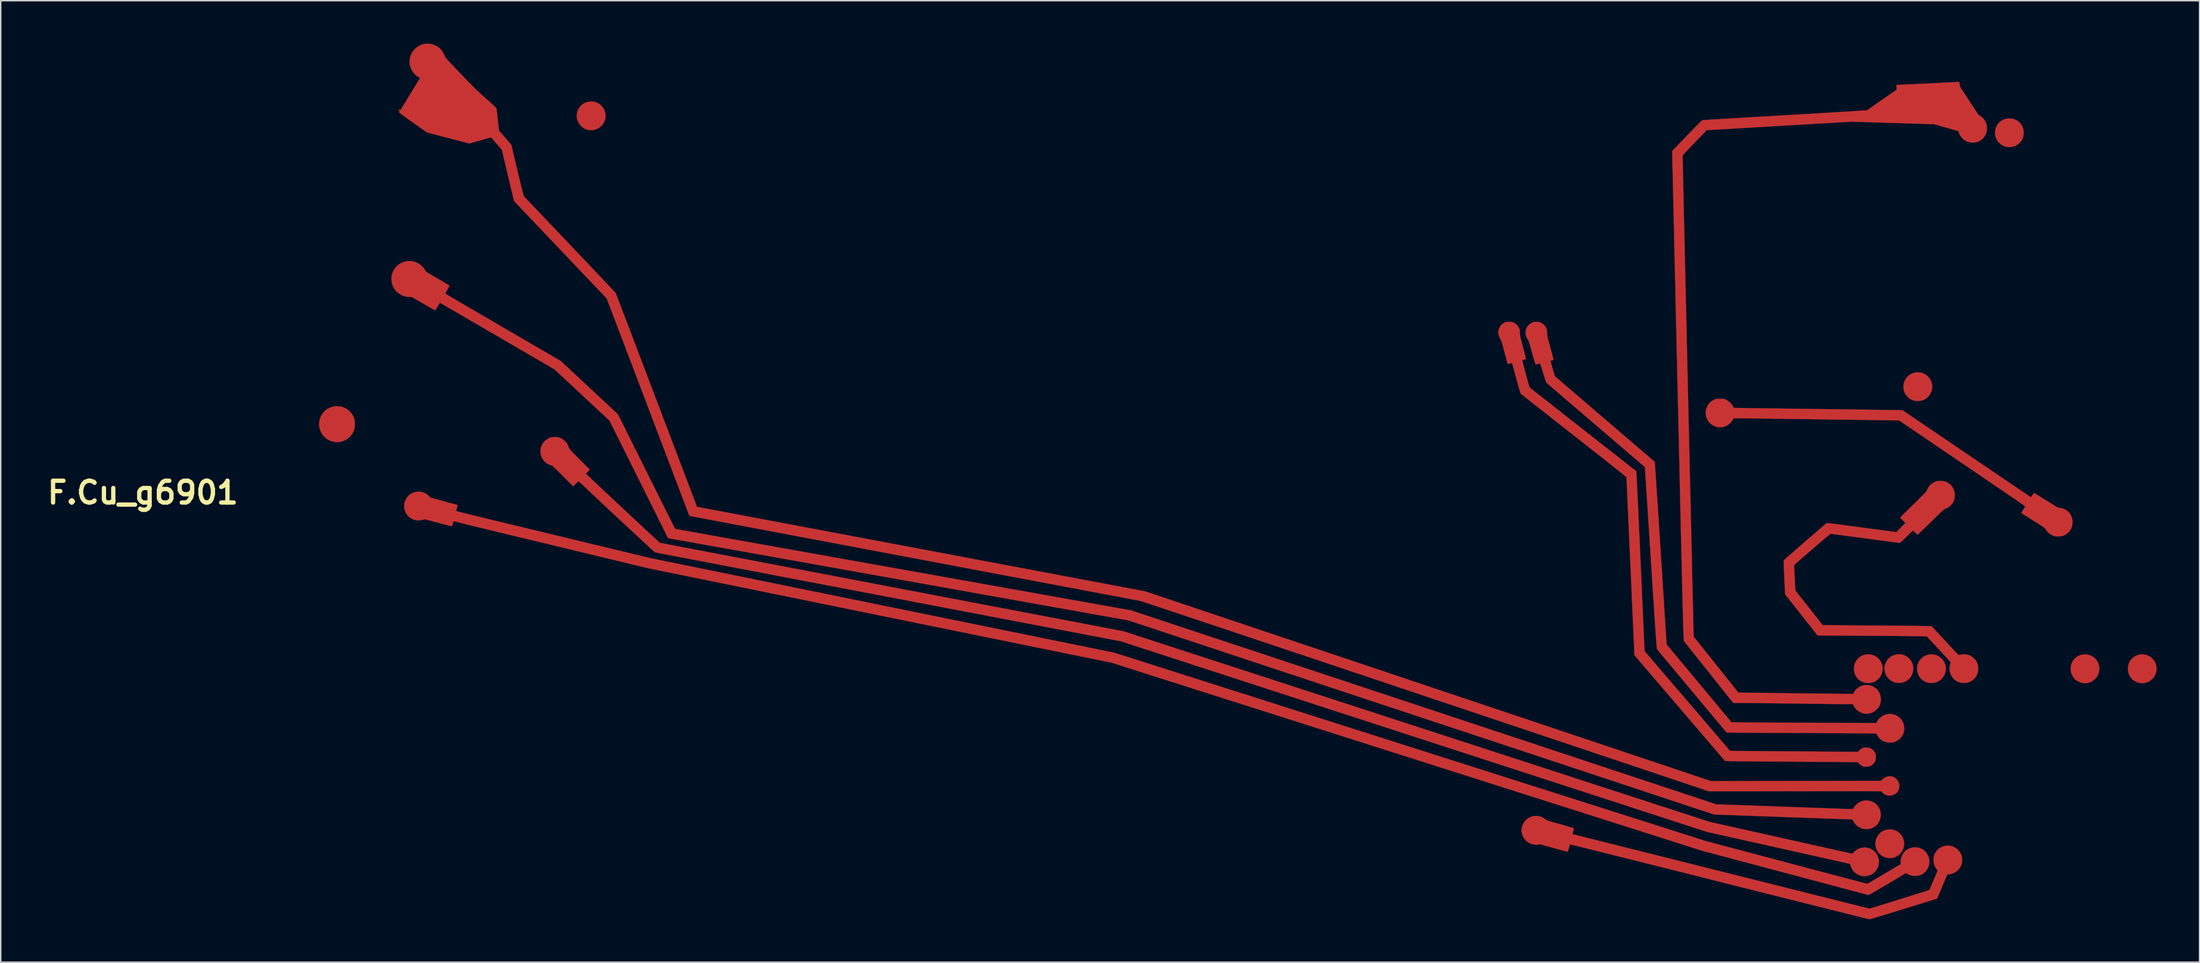
<source format=kicad_pcb>
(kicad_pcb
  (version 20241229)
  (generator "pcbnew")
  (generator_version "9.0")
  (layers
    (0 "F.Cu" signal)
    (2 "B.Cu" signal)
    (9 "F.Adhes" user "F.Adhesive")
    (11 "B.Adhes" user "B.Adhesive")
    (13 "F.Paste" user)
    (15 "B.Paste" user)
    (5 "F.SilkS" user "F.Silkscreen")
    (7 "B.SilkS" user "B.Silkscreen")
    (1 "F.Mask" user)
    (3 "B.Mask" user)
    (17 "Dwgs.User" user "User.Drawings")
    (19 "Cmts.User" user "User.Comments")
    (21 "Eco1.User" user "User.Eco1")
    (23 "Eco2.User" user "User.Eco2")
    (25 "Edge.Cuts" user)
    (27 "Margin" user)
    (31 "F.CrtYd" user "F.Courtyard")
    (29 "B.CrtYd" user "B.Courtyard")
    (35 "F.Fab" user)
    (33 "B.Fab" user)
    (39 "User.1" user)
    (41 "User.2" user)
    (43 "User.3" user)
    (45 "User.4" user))
  (footprint "F.Cu_g6901"
    (layer "F.Cu")
    (at 6.938 31.416)
    (property "Reference" "F.Cu_g6901" (at 0 0 0) (layer "F.SilkS") (effects (font (size 1.524 1.524) (thickness 0.3))))
    (attr through_hole)
    (fp_poly (pts (xy 122.34 23.575) (xy 122.524 23.626) (xy 122.68 23.705) (xy 122.844 23.834) (xy 122.974 23.988) (xy 123.07 24.164) (xy 123.128 24.357) (xy 123.147 24.563) (xy 123.127 24.764) (xy 123.071 24.949) (xy 122.982 25.117) (xy 122.866 25.263) (xy 122.725 25.384) (xy 122.564 25.478) (xy 122.387 25.541) (xy 122.199 25.569) (xy 122.003 25.561) (xy 121.88 25.536) (xy 121.695 25.465) (xy 121.526 25.357) (xy 121.43 25.272) (xy 121.304 25.119) (xy 121.213 24.951) (xy 121.158 24.771) (xy 121.137 24.585) (xy 121.15 24.399) (xy 121.197 24.218) (xy 121.276 24.047) (xy 121.388 23.891) (xy 121.531 23.757) (xy 121.603 23.706) (xy 121.771 23.623) (xy 121.955 23.573) (xy 122.148 23.557) (xy 122.34 23.575)) (stroke (width 0.01) (type solid)) (fill yes) (layer "F.Cu"))
    (fp_poly (pts (xy 31.549 -27.349) (xy 31.733 -27.294) (xy 31.898 -27.207) (xy 32.042 -27.093) (xy 32.162 -26.955) (xy 32.255 -26.799) (xy 32.319 -26.628) (xy 32.351 -26.446) (xy 32.348 -26.258) (xy 32.308 -26.069) (xy 32.248 -25.919) (xy 32.142 -25.749) (xy 32.007 -25.606) (xy 31.848 -25.493) (xy 31.672 -25.413) (xy 31.482 -25.367) (xy 31.285 -25.358) (xy 31.086 -25.388) (xy 31.075 -25.391) (xy 30.891 -25.462) (xy 30.728 -25.565) (xy 30.589 -25.698) (xy 30.477 -25.853) (xy 30.395 -26.026) (xy 30.347 -26.213) (xy 30.337 -26.407) (xy 30.349 -26.527) (xy 30.404 -26.727) (xy 30.493 -26.906) (xy 30.612 -27.061) (xy 30.759 -27.187) (xy 30.929 -27.282) (xy 31.119 -27.344) (xy 31.324 -27.368) (xy 31.349 -27.369) (xy 31.549 -27.349)) (stroke (width 0.01) (type solid)) (fill yes) (layer "F.Cu"))
    (fp_poly (pts (xy 122.985 11.32) (xy 123.164 11.373) (xy 123.331 11.463) (xy 123.483 11.587) (xy 123.614 11.734) (xy 123.706 11.895) (xy 123.762 12.073) (xy 123.784 12.274) (xy 123.784 12.308) (xy 123.765 12.517) (xy 123.707 12.71) (xy 123.614 12.884) (xy 123.486 13.036) (xy 123.327 13.162) (xy 123.284 13.187) (xy 123.128 13.256) (xy 122.952 13.298) (xy 122.77 13.313) (xy 122.595 13.299) (xy 122.492 13.274) (xy 122.295 13.19) (xy 122.127 13.077) (xy 121.989 12.936) (xy 121.883 12.769) (xy 121.812 12.578) (xy 121.811 12.575) (xy 121.778 12.372) (xy 121.784 12.175) (xy 121.826 11.989) (xy 121.901 11.817) (xy 122.006 11.663) (xy 122.138 11.532) (xy 122.294 11.426) (xy 122.471 11.351) (xy 122.666 11.31) (xy 122.788 11.303) (xy 122.985 11.32)) (stroke (width 0.01) (type solid)) (fill yes) (layer "F.Cu"))
    (fp_poly (pts (xy 125.204 11.319) (xy 125.399 11.369) (xy 125.573 11.452) (xy 125.725 11.565) (xy 125.852 11.701) (xy 125.951 11.858) (xy 126.021 12.03) (xy 126.058 12.212) (xy 126.061 12.4) (xy 126.026 12.59) (xy 125.963 12.755) (xy 125.855 12.93) (xy 125.719 13.076) (xy 125.56 13.189) (xy 125.379 13.268) (xy 125.182 13.311) (xy 124.971 13.317) (xy 124.907 13.311) (xy 124.778 13.282) (xy 124.637 13.229) (xy 124.502 13.158) (xy 124.389 13.078) (xy 124.383 13.073) (xy 124.255 12.935) (xy 124.154 12.768) (xy 124.085 12.581) (xy 124.058 12.45) (xy 124.05 12.251) (xy 124.08 12.062) (xy 124.144 11.885) (xy 124.239 11.725) (xy 124.361 11.586) (xy 124.506 11.471) (xy 124.671 11.383) (xy 124.851 11.328) (xy 125.043 11.307) (xy 125.204 11.319)) (stroke (width 0.01) (type solid)) (fill yes) (layer "F.Cu"))
    (fp_poly (pts (xy 130.71 -26.164) (xy 130.903 -26.108) (xy 131.074 -26.019) (xy 131.222 -25.899) (xy 131.342 -25.753) (xy 131.432 -25.582) (xy 131.488 -25.391) (xy 131.508 -25.181) (xy 131.508 -25.177) (xy 131.49 -24.969) (xy 131.435 -24.781) (xy 131.342 -24.611) (xy 131.209 -24.456) (xy 131.193 -24.441) (xy 131.038 -24.324) (xy 130.861 -24.239) (xy 130.67 -24.188) (xy 130.474 -24.173) (xy 130.279 -24.196) (xy 130.241 -24.206) (xy 130.056 -24.276) (xy 129.892 -24.38) (xy 129.753 -24.511) (xy 129.641 -24.666) (xy 129.559 -24.838) (xy 129.511 -25.023) (xy 129.498 -25.216) (xy 129.525 -25.411) (xy 129.529 -25.428) (xy 129.601 -25.623) (xy 129.704 -25.795) (xy 129.837 -25.938) (xy 129.994 -26.051) (xy 130.173 -26.131) (xy 130.369 -26.175) (xy 130.5 -26.183) (xy 130.71 -26.164)) (stroke (width 0.01) (type solid)) (fill yes) (layer "F.Cu"))
    (fp_poly (pts (xy 124.215 -8.417) (xy 124.316 -8.401) (xy 124.502 -8.342) (xy 124.669 -8.248) (xy 124.815 -8.125) (xy 124.935 -7.977) (xy 125.027 -7.81) (xy 125.087 -7.628) (xy 125.111 -7.437) (xy 125.099 -7.253) (xy 125.046 -7.057) (xy 124.958 -6.879) (xy 124.839 -6.722) (xy 124.692 -6.593) (xy 124.523 -6.494) (xy 124.416 -6.454) (xy 124.313 -6.431) (xy 124.188 -6.418) (xy 124.055 -6.415) (xy 123.932 -6.422) (xy 123.831 -6.439) (xy 123.814 -6.443) (xy 123.623 -6.525) (xy 123.457 -6.637) (xy 123.319 -6.776) (xy 123.211 -6.938) (xy 123.137 -7.117) (xy 123.099 -7.311) (xy 123.1 -7.514) (xy 123.105 -7.555) (xy 123.153 -7.751) (xy 123.236 -7.928) (xy 123.349 -8.082) (xy 123.488 -8.212) (xy 123.648 -8.313) (xy 123.826 -8.383) (xy 124.017 -8.419) (xy 124.215 -8.417)) (stroke (width 0.01) (type solid)) (fill yes) (layer "F.Cu"))
    (fp_poly (pts (xy 139.941 11.322) (xy 140.113 11.364) (xy 140.274 11.435) (xy 140.422 11.532) (xy 140.551 11.654) (xy 140.658 11.799) (xy 140.738 11.965) (xy 140.787 12.15) (xy 140.8 12.322) (xy 140.78 12.52) (xy 140.722 12.707) (xy 140.63 12.877) (xy 140.508 13.027) (xy 140.361 13.151) (xy 140.191 13.245) (xy 140.003 13.304) (xy 139.954 13.313) (xy 139.867 13.326) (xy 139.801 13.331) (xy 139.739 13.329) (xy 139.663 13.319) (xy 139.615 13.311) (xy 139.488 13.277) (xy 139.35 13.221) (xy 139.219 13.149) (xy 139.132 13.087) (xy 139.009 12.961) (xy 138.91 12.806) (xy 138.838 12.63) (xy 138.798 12.444) (xy 138.79 12.321) (xy 138.809 12.111) (xy 138.867 11.918) (xy 138.963 11.743) (xy 139.088 11.596) (xy 139.244 11.47) (xy 139.411 11.381) (xy 139.586 11.328) (xy 139.764 11.309) (xy 139.941 11.322)) (stroke (width 0.01) (type solid)) (fill yes) (layer "F.Cu"))
    (fp_poly (pts (xy 13.869 -6.018) (xy 14.068 -5.954) (xy 14.254 -5.857) (xy 14.424 -5.728) (xy 14.572 -5.567) (xy 14.626 -5.491) (xy 14.72 -5.327) (xy 14.782 -5.166) (xy 14.816 -4.994) (xy 14.827 -4.798) (xy 14.827 -4.794) (xy 14.817 -4.598) (xy 14.783 -4.425) (xy 14.721 -4.264) (xy 14.628 -4.101) (xy 14.626 -4.098) (xy 14.488 -3.923) (xy 14.323 -3.779) (xy 14.136 -3.666) (xy 13.933 -3.587) (xy 13.718 -3.544) (xy 13.496 -3.539) (xy 13.273 -3.573) (xy 13.253 -3.578) (xy 13.042 -3.655) (xy 12.85 -3.766) (xy 12.682 -3.91) (xy 12.542 -4.08) (xy 12.433 -4.274) (xy 12.361 -4.477) (xy 12.324 -4.703) (xy 12.328 -4.928) (xy 12.371 -5.146) (xy 12.451 -5.354) (xy 12.567 -5.545) (xy 12.688 -5.685) (xy 12.859 -5.828) (xy 13.047 -5.936) (xy 13.247 -6.008) (xy 13.453 -6.045) (xy 13.662 -6.049) (xy 13.869 -6.018)) (stroke (width 0.01) (type solid)) (fill yes) (layer "F.Cu"))
    (fp_poly (pts (xy 120.788 11.32) (xy 120.986 11.371) (xy 121.162 11.454) (xy 121.315 11.567) (xy 121.441 11.704) (xy 121.539 11.862) (xy 121.607 12.035) (xy 121.641 12.22) (xy 121.641 12.412) (xy 121.604 12.606) (xy 121.538 12.777) (xy 121.464 12.895) (xy 121.361 13.013) (xy 121.241 13.12) (xy 121.116 13.203) (xy 121.086 13.218) (xy 120.999 13.257) (xy 120.918 13.284) (xy 120.829 13.304) (xy 120.716 13.319) (xy 120.682 13.323) (xy 120.627 13.324) (xy 120.549 13.319) (xy 120.481 13.312) (xy 120.353 13.283) (xy 120.218 13.232) (xy 120.195 13.221) (xy 120.018 13.111) (xy 119.872 12.974) (xy 119.759 12.813) (xy 119.681 12.631) (xy 119.64 12.432) (xy 119.634 12.321) (xy 119.653 12.117) (xy 119.709 11.929) (xy 119.798 11.759) (xy 119.914 11.612) (xy 120.056 11.489) (xy 120.219 11.396) (xy 120.399 11.335) (xy 120.592 11.308) (xy 120.788 11.32)) (stroke (width 0.01) (type solid)) (fill yes) (layer "F.Cu"))
    (fp_poly (pts (xy 135.941 11.322) (xy 136.112 11.364) (xy 136.274 11.435) (xy 136.422 11.532) (xy 136.552 11.654) (xy 136.658 11.798) (xy 136.738 11.964) (xy 136.787 12.148) (xy 136.8 12.318) (xy 136.78 12.518) (xy 136.722 12.705) (xy 136.63 12.876) (xy 136.509 13.026) (xy 136.361 13.15) (xy 136.192 13.244) (xy 136.003 13.304) (xy 135.953 13.313) (xy 135.866 13.326) (xy 135.801 13.331) (xy 135.739 13.329) (xy 135.663 13.319) (xy 135.615 13.311) (xy 135.49 13.278) (xy 135.355 13.223) (xy 135.226 13.154) (xy 135.136 13.091) (xy 135.077 13.034) (xy 135.012 12.958) (xy 134.961 12.888) (xy 134.865 12.71) (xy 134.808 12.52) (xy 134.787 12.326) (xy 134.804 12.132) (xy 134.857 11.945) (xy 134.945 11.771) (xy 135.069 11.615) (xy 135.087 11.596) (xy 135.243 11.47) (xy 135.411 11.382) (xy 135.586 11.329) (xy 135.764 11.309) (xy 135.941 11.322)) (stroke (width 0.01) (type solid)) (fill yes) (layer "F.Cu"))
    (fp_poly (pts (xy 110.389 -6.572) (xy 110.469 -6.569) (xy 110.529 -6.562) (xy 110.581 -6.549) (xy 110.636 -6.527) (xy 110.705 -6.495) (xy 110.709 -6.493) (xy 110.863 -6.401) (xy 111.002 -6.284) (xy 111.115 -6.151) (xy 111.176 -6.049) (xy 111.232 -5.933) (xy 112.031 -5.92) (xy 112.126 -5.919) (xy 112.261 -5.917) (xy 112.434 -5.914) (xy 112.643 -5.911) (xy 112.885 -5.908) (xy 113.158 -5.904) (xy 113.461 -5.9) (xy 113.79 -5.895) (xy 114.143 -5.89) (xy 114.519 -5.885) (xy 114.915 -5.88) (xy 115.329 -5.874) (xy 115.759 -5.868) (xy 116.202 -5.862) (xy 116.656 -5.856) (xy 117.118 -5.85) (xy 117.588 -5.844) (xy 117.93 -5.839) (xy 123.031 -5.771) (xy 127.515 -2.727) (xy 127.909 -2.459) (xy 128.294 -2.198) (xy 128.668 -1.944) (xy 129.03 -1.699) (xy 129.379 -1.462) (xy 129.712 -1.236) (xy 130.029 -1.021) (xy 130.329 -0.819) (xy 130.608 -0.63) (xy 130.867 -0.455) (xy 131.104 -0.295) (xy 131.316 -0.151) (xy 131.504 -0.025) (xy 131.664 0.083) (xy 131.796 0.172) (xy 131.899 0.241) (xy 131.97 0.288) (xy 132.009 0.313) (xy 132.016 0.318) (xy 132.034 0.301) (xy 132.067 0.256) (xy 132.109 0.191) (xy 132.122 0.169) (xy 132.166 0.101) (xy 132.204 0.049) (xy 132.228 0.023) (xy 132.232 0.021) (xy 132.254 0.032) (xy 132.308 0.063) (xy 132.39 0.113) (xy 132.497 0.178) (xy 132.625 0.257) (xy 132.77 0.348) (xy 132.93 0.448) (xy 133.071 0.536) (xy 133.264 0.658) (xy 133.424 0.758) (xy 133.556 0.84) (xy 133.663 0.905) (xy 133.748 0.956) (xy 133.815 0.994) (xy 133.868 1.021) (xy 133.91 1.04) (xy 133.945 1.051) (xy 133.977 1.058) (xy 134.009 1.062) (xy 134.029 1.064) (xy 134.227 1.103) (xy 134.407 1.177) (xy 134.566 1.283) (xy 134.7 1.418) (xy 134.806 1.577) (xy 134.881 1.757) (xy 134.92 1.954) (xy 134.926 2.064) (xy 134.906 2.27) (xy 134.848 2.462) (xy 134.756 2.635) (xy 134.631 2.786) (xy 134.477 2.91) (xy 134.297 3.004) (xy 134.288 3.007) (xy 134.171 3.039) (xy 134.03 3.059) (xy 133.881 3.064) (xy 133.741 3.055) (xy 133.649 3.037) (xy 133.559 3.006) (xy 133.465 2.966) (xy 133.428 2.947) (xy 133.338 2.888) (xy 133.244 2.809) (xy 133.156 2.72) (xy 133.085 2.632) (xy 133.044 2.564) (xy 133.033 2.542) (xy 133.018 2.52) (xy 132.995 2.496) (xy 132.961 2.466) (xy 132.913 2.43) (xy 132.849 2.385) (xy 132.764 2.328) (xy 132.655 2.258) (xy 132.52 2.172) (xy 132.355 2.067) (xy 132.177 1.955) (xy 132.009 1.849) (xy 131.851 1.749) (xy 131.708 1.659) (xy 131.584 1.581) (xy 131.482 1.516) (xy 131.405 1.467) (xy 131.357 1.437) (xy 131.342 1.427) (xy 131.349 1.407) (xy 131.376 1.359) (xy 131.417 1.29) (xy 131.47 1.206) (xy 131.474 1.199) (xy 131.528 1.113) (xy 131.572 1.039) (xy 131.602 0.985) (xy 131.614 0.958) (xy 131.614 0.958) (xy 131.597 0.944) (xy 131.546 0.908) (xy 131.463 0.849) (xy 131.35 0.771) (xy 131.207 0.672) (xy 131.037 0.555) (xy 130.84 0.42) (xy 130.619 0.268) (xy 130.375 0.101) (xy 130.109 -0.081) (xy 129.822 -0.277) (xy 129.517 -0.485) (xy 129.195 -0.705) (xy 128.857 -0.935) (xy 128.504 -1.175) (xy 128.138 -1.424) (xy 127.762 -1.68) (xy 127.375 -1.943) (xy 127.205 -2.058) (xy 122.795 -5.052) (xy 121.791 -5.067) (xy 121.608 -5.069) (xy 121.393 -5.073) (xy 121.15 -5.076) (xy 120.88 -5.08) (xy 120.586 -5.084) (xy 120.269 -5.088) (xy 119.932 -5.093) (xy 119.577 -5.098) (xy 119.207 -5.103) (xy 118.824 -5.108) (xy 118.429 -5.113) (xy 118.025 -5.119) (xy 117.615 -5.124) (xy 117.2 -5.13) (xy 116.783 -5.136) (xy 116.366 -5.141) (xy 115.951 -5.147) (xy 115.54 -5.152) (xy 115.136 -5.158) (xy 114.741 -5.163) (xy 114.357 -5.168) (xy 113.986 -5.173) (xy 113.631 -5.178) (xy 113.293 -5.182) (xy 112.976 -5.187) (xy 112.68 -5.19) (xy 112.409 -5.194) (xy 112.165 -5.197) (xy 111.949 -5.2) (xy 111.764 -5.202) (xy 111.613 -5.204) (xy 111.497 -5.206) (xy 111.419 -5.207) (xy 111.38 -5.207) (xy 111.379 -5.207) (xy 111.22 -5.207) (xy 111.162 -5.096) (xy 111.066 -4.951) (xy 110.937 -4.82) (xy 110.788 -4.711) (xy 110.67 -4.651) (xy 110.48 -4.592) (xy 110.289 -4.573) (xy 110.101 -4.59) (xy 109.921 -4.642) (xy 109.754 -4.725) (xy 109.604 -4.837) (xy 109.476 -4.975) (xy 109.375 -5.138) (xy 109.305 -5.321) (xy 109.283 -5.42) (xy 109.27 -5.619) (xy 109.297 -5.817) (xy 109.362 -6.005) (xy 109.462 -6.176) (xy 109.462 -6.176) (xy 109.563 -6.297) (xy 109.675 -6.393) (xy 109.812 -6.475) (xy 109.869 -6.504) (xy 109.932 -6.532) (xy 109.983 -6.552) (xy 110.035 -6.563) (xy 110.099 -6.57) (xy 110.184 -6.572) (xy 110.278 -6.572) (xy 110.389 -6.572)) (stroke (width 0.01) (type solid)) (fill yes) (layer "F.Cu"))
    (fp_poly (pts (xy 97.631 22.639) (xy 97.816 22.698) (xy 97.985 22.79) (xy 98.065 22.853) (xy 98.089 22.873) (xy 98.113 22.89) (xy 98.143 22.907) (xy 98.181 22.925) (xy 98.231 22.945) (xy 98.298 22.967) (xy 98.385 22.994) (xy 98.495 23.027) (xy 98.634 23.066) (xy 98.804 23.114) (xy 99.009 23.171) (xy 99.108 23.198) (xy 99.3 23.252) (xy 99.479 23.303) (xy 99.641 23.35) (xy 99.782 23.392) (xy 99.898 23.427) (xy 99.985 23.455) (xy 100.038 23.474) (xy 100.054 23.483) (xy 100.049 23.512) (xy 100.036 23.572) (xy 100.016 23.652) (xy 100.005 23.697) (xy 99.956 23.888) (xy 103.651 24.816) (xy 104.083 24.924) (xy 104.55 25.042) (xy 105.048 25.167) (xy 105.572 25.298) (xy 106.117 25.435) (xy 106.677 25.576) (xy 107.248 25.72) (xy 107.825 25.864) (xy 108.402 26.009) (xy 108.974 26.153) (xy 109.537 26.295) (xy 110.085 26.432) (xy 110.614 26.565) (xy 111.117 26.692) (xy 111.506 26.789) (xy 111.961 26.903) (xy 112.43 27.021) (xy 112.91 27.142) (xy 113.396 27.264) (xy 113.886 27.387) (xy 114.374 27.51) (xy 114.858 27.631) (xy 115.333 27.75) (xy 115.795 27.867) (xy 116.241 27.979) (xy 116.667 28.085) (xy 117.068 28.186) (xy 117.442 28.28) (xy 117.783 28.366) (xy 118.089 28.443) (xy 118.195 28.469) (xy 120.726 29.104) (xy 122.809 28.459) (xy 123.096 28.37) (xy 123.371 28.284) (xy 123.632 28.202) (xy 123.877 28.126) (xy 124.102 28.055) (xy 124.305 27.992) (xy 124.483 27.935) (xy 124.634 27.887) (xy 124.754 27.849) (xy 124.842 27.82) (xy 124.893 27.803) (xy 124.907 27.797) (xy 124.919 27.775) (xy 124.945 27.718) (xy 124.984 27.631) (xy 125.033 27.519) (xy 125.09 27.386) (xy 125.154 27.237) (xy 125.21 27.107) (xy 125.496 26.433) (xy 125.425 26.345) (xy 125.317 26.184) (xy 125.245 26.011) (xy 125.209 25.821) (xy 125.205 25.632) (xy 125.213 25.524) (xy 125.225 25.443) (xy 125.245 25.371) (xy 125.277 25.294) (xy 125.282 25.284) (xy 125.363 25.135) (xy 125.456 25.014) (xy 125.57 24.908) (xy 125.607 24.88) (xy 125.778 24.78) (xy 125.967 24.715) (xy 126.164 24.688) (xy 126.364 24.701) (xy 126.364 24.701) (xy 126.559 24.755) (xy 126.736 24.843) (xy 126.89 24.961) (xy 127.019 25.106) (xy 127.117 25.273) (xy 127.183 25.458) (xy 127.211 25.655) (xy 127.212 25.696) (xy 127.192 25.897) (xy 127.134 26.085) (xy 127.042 26.255) (xy 126.919 26.404) (xy 126.769 26.528) (xy 126.595 26.622) (xy 126.401 26.683) (xy 126.333 26.695) (xy 126.163 26.72) (xy 125.805 27.559) (xy 125.448 28.399) (xy 123.116 29.122) (xy 122.811 29.216) (xy 122.517 29.307) (xy 122.236 29.393) (xy 121.971 29.474) (xy 121.724 29.549) (xy 121.498 29.618) (xy 121.296 29.678) (xy 121.12 29.731) (xy 120.972 29.774) (xy 120.857 29.808) (xy 120.775 29.83) (xy 120.73 29.842) (xy 120.722 29.843) (xy 120.698 29.837) (xy 120.634 29.822) (xy 120.531 29.797) (xy 120.391 29.763) (xy 120.215 29.719) (xy 120.004 29.667) (xy 119.759 29.606) (xy 119.482 29.537) (xy 119.174 29.46) (xy 118.836 29.376) (xy 118.468 29.284) (xy 118.074 29.185) (xy 117.653 29.08) (xy 117.207 28.968) (xy 116.737 28.851) (xy 116.244 28.727) (xy 115.73 28.598) (xy 115.196 28.464) (xy 114.643 28.326) (xy 114.073 28.182) (xy 113.486 28.035) (xy 112.883 27.884) (xy 112.267 27.729) (xy 111.638 27.571) (xy 110.997 27.41) (xy 110.346 27.246) (xy 110.236 27.218) (xy 109.584 27.054) (xy 108.942 26.893) (xy 108.311 26.734) (xy 107.693 26.579) (xy 107.089 26.427) (xy 106.5 26.28) (xy 105.928 26.136) (xy 105.373 25.997) (xy 104.837 25.862) (xy 104.321 25.733) (xy 103.827 25.609) (xy 103.354 25.491) (xy 102.906 25.379) (xy 102.482 25.273) (xy 102.085 25.173) (xy 101.715 25.081) (xy 101.373 24.996) (xy 101.062 24.918) (xy 100.781 24.848) (xy 100.533 24.787) (xy 100.318 24.733) (xy 100.138 24.689) (xy 99.994 24.653) (xy 99.887 24.627) (xy 99.819 24.611) (xy 99.79 24.604) (xy 99.789 24.604) (xy 99.775 24.627) (xy 99.755 24.682) (xy 99.731 24.762) (xy 99.705 24.859) (xy 99.704 24.861) (xy 99.678 24.957) (xy 99.654 25.038) (xy 99.633 25.094) (xy 99.619 25.118) (xy 99.619 25.118) (xy 99.595 25.114) (xy 99.533 25.1) (xy 99.44 25.077) (xy 99.318 25.045) (xy 99.172 25.006) (xy 99.005 24.961) (xy 98.823 24.911) (xy 98.645 24.862) (xy 97.695 24.597) (xy 97.552 24.619) (xy 97.357 24.629) (xy 97.17 24.602) (xy 96.995 24.54) (xy 96.835 24.447) (xy 96.694 24.329) (xy 96.576 24.187) (xy 96.484 24.027) (xy 96.424 23.852) (xy 96.398 23.665) (xy 96.41 23.472) (xy 96.411 23.469) (xy 96.465 23.267) (xy 96.554 23.087) (xy 96.674 22.93) (xy 96.823 22.8) (xy 96.995 22.701) (xy 97.188 22.637) (xy 97.243 22.626) (xy 97.437 22.614) (xy 97.631 22.639)) (stroke (width 0.01) (type solid)) (fill yes) (layer "F.Cu"))
    (fp_poly (pts (xy 19.48 -0.051) (xy 19.664 0.004) (xy 19.836 0.094) (xy 19.991 0.219) (xy 20.002 0.231) (xy 20.125 0.356) (xy 21.053 0.604) (xy 21.244 0.655) (xy 21.423 0.703) (xy 21.585 0.747) (xy 21.726 0.786) (xy 21.841 0.819) (xy 21.928 0.843) (xy 21.981 0.86) (xy 21.997 0.865) (xy 21.998 0.89) (xy 21.989 0.946) (xy 21.972 1.024) (xy 21.958 1.076) (xy 21.936 1.161) (xy 21.919 1.229) (xy 21.911 1.271) (xy 21.911 1.28) (xy 21.922 1.285) (xy 21.948 1.293) (xy 21.99 1.306) (xy 22.049 1.322) (xy 22.126 1.343) (xy 22.223 1.368) (xy 22.34 1.397) (xy 22.479 1.432) (xy 22.641 1.473) (xy 22.826 1.519) (xy 23.037 1.571) (xy 23.273 1.629) (xy 23.536 1.693) (xy 23.828 1.764) (xy 24.149 1.842) (xy 24.5 1.928) (xy 24.883 2.021) (xy 25.299 2.121) (xy 25.748 2.23) (xy 26.232 2.347) (xy 26.752 2.473) (xy 27.309 2.607) (xy 27.904 2.751) (xy 28.538 2.904) (xy 29.041 3.025) (xy 35.528 4.59) (xy 51.726 7.894) (xy 67.924 11.197) (xy 86.365 17.073) (xy 87.241 17.352) (xy 88.111 17.629) (xy 88.975 17.904) (xy 89.832 18.177) (xy 90.68 18.447) (xy 91.519 18.715) (xy 92.348 18.979) (xy 93.165 19.239) (xy 93.969 19.495) (xy 94.76 19.747) (xy 95.536 19.994) (xy 96.296 20.237) (xy 97.04 20.474) (xy 97.766 20.705) (xy 98.473 20.93) (xy 99.16 21.149) (xy 99.827 21.362) (xy 100.471 21.567) (xy 101.093 21.765) (xy 101.69 21.955) (xy 102.263 22.138) (xy 102.809 22.312) (xy 103.329 22.477) (xy 103.82 22.634) (xy 104.281 22.781) (xy 104.713 22.918) (xy 105.113 23.046) (xy 105.481 23.163) (xy 105.816 23.27) (xy 106.116 23.365) (xy 106.38 23.449) (xy 106.608 23.522) (xy 106.799 23.583) (xy 106.951 23.631) (xy 107.029 23.656) (xy 109.252 24.365) (xy 114.902 25.867) (xy 115.38 25.994) (xy 115.848 26.119) (xy 116.304 26.24) (xy 116.745 26.357) (xy 117.171 26.47) (xy 117.58 26.578) (xy 117.97 26.681) (xy 118.339 26.779) (xy 118.686 26.87) (xy 119.01 26.956) (xy 119.307 27.034) (xy 119.578 27.105) (xy 119.82 27.169) (xy 120.031 27.224) (xy 120.211 27.271) (xy 120.356 27.309) (xy 120.466 27.337) (xy 120.539 27.356) (xy 120.574 27.364) (xy 120.576 27.364) (xy 120.598 27.352) (xy 120.653 27.321) (xy 120.738 27.272) (xy 120.85 27.206) (xy 120.986 27.126) (xy 121.143 27.034) (xy 121.317 26.931) (xy 121.506 26.819) (xy 121.706 26.701) (xy 121.757 26.67) (xy 122.914 25.983) (xy 122.902 25.877) (xy 122.9 25.789) (xy 122.911 25.683) (xy 122.922 25.62) (xy 122.984 25.419) (xy 123.08 25.242) (xy 123.204 25.09) (xy 123.355 24.969) (xy 123.527 24.879) (xy 123.719 24.824) (xy 123.91 24.807) (xy 124.115 24.827) (xy 124.304 24.885) (xy 124.475 24.976) (xy 124.624 25.1) (xy 124.746 25.251) (xy 124.839 25.427) (xy 124.898 25.625) (xy 124.907 25.675) (xy 124.916 25.87) (xy 124.886 26.063) (xy 124.819 26.249) (xy 124.716 26.418) (xy 124.628 26.522) (xy 124.471 26.653) (xy 124.296 26.745) (xy 124.104 26.799) (xy 123.894 26.815) (xy 123.836 26.813) (xy 123.638 26.782) (xy 123.46 26.719) (xy 123.36 26.662) (xy 123.281 26.61) (xy 121.983 27.381) (xy 121.768 27.508) (xy 121.564 27.628) (xy 121.374 27.741) (xy 121.2 27.843) (xy 121.045 27.933) (xy 120.912 28.01) (xy 120.804 28.072) (xy 120.725 28.117) (xy 120.676 28.143) (xy 120.662 28.149) (xy 120.637 28.143) (xy 120.576 28.128) (xy 120.483 28.104) (xy 120.364 28.072) (xy 120.224 28.035) (xy 120.066 27.993) (xy 119.909 27.951) (xy 119.822 27.927) (xy 119.696 27.894) (xy 119.534 27.85) (xy 119.336 27.798) (xy 119.107 27.736) (xy 118.846 27.667) (xy 118.558 27.59) (xy 118.243 27.506) (xy 117.904 27.416) (xy 117.542 27.32) (xy 117.161 27.218) (xy 116.762 27.112) (xy 116.347 27.001) (xy 115.918 26.887) (xy 115.478 26.77) (xy 115.028 26.65) (xy 114.57 26.529) (xy 114.11 26.406) (xy 109.041 25.058) (xy 88.385 18.477) (xy 67.729 11.896) (xy 51.533 8.593) (xy 35.338 5.289) (xy 32.671 4.646) (xy 31.866 4.452) (xy 31.102 4.268) (xy 30.377 4.093) (xy 29.69 3.927) (xy 29.04 3.771) (xy 28.427 3.623) (xy 27.849 3.483) (xy 27.305 3.352) (xy 26.795 3.229) (xy 26.317 3.113) (xy 25.871 3.005) (xy 25.455 2.905) (xy 25.068 2.811) (xy 24.71 2.724) (xy 24.379 2.644) (xy 24.075 2.571) (xy 23.797 2.503) (xy 23.543 2.441) (xy 23.312 2.385) (xy 23.105 2.335) (xy 22.919 2.289) (xy 22.753 2.249) (xy 22.608 2.213) (xy 22.481 2.182) (xy 22.372 2.155) (xy 22.279 2.132) (xy 22.203 2.113) (xy 22.141 2.097) (xy 22.093 2.084) (xy 22.058 2.075) (xy 22.056 2.074) (xy 21.947 2.045) (xy 21.852 2.021) (xy 21.779 2.005) (xy 21.736 1.997) (xy 21.728 1.997) (xy 21.713 2.02) (xy 21.692 2.074) (xy 21.67 2.147) (xy 21.667 2.162) (xy 21.646 2.24) (xy 21.628 2.303) (xy 21.615 2.338) (xy 21.614 2.341) (xy 21.59 2.341) (xy 21.525 2.33) (xy 21.42 2.307) (xy 21.276 2.271) (xy 21.091 2.224) (xy 20.867 2.165) (xy 20.669 2.112) (xy 19.738 1.861) (xy 19.542 1.907) (xy 19.325 1.939) (xy 19.119 1.931) (xy 18.926 1.883) (xy 18.747 1.796) (xy 18.584 1.669) (xy 18.541 1.627) (xy 18.42 1.471) (xy 18.334 1.299) (xy 18.284 1.116) (xy 18.27 0.927) (xy 18.29 0.737) (xy 18.346 0.554) (xy 18.436 0.381) (xy 18.561 0.226) (xy 18.586 0.201) (xy 18.743 0.08) (xy 18.916 -0.006) (xy 19.1 -0.056) (xy 19.29 -0.071) (xy 19.48 -0.051)) (stroke (width 0.01) (type solid)) (fill yes) (layer "F.Cu"))
    (fp_poly (pts (xy 95.629 -11.948) (xy 95.703 -11.943) (xy 95.759 -11.933) (xy 95.811 -11.915) (xy 95.87 -11.886) (xy 96.013 -11.791) (xy 96.133 -11.663) (xy 96.22 -11.518) (xy 96.247 -11.454) (xy 96.265 -11.393) (xy 96.274 -11.321) (xy 96.279 -11.226) (xy 96.279 -11.187) (xy 96.281 -11.13) (xy 96.284 -11.076) (xy 96.29 -11.02) (xy 96.3 -10.957) (xy 96.315 -10.882) (xy 96.336 -10.79) (xy 96.364 -10.677) (xy 96.4 -10.536) (xy 96.446 -10.365) (xy 96.497 -10.174) (xy 96.544 -9.996) (xy 96.587 -9.832) (xy 96.626 -9.685) (xy 96.659 -9.559) (xy 96.685 -9.459) (xy 96.702 -9.391) (xy 96.71 -9.357) (xy 96.71 -9.355) (xy 96.692 -9.341) (xy 96.643 -9.324) (xy 96.596 -9.312) (xy 96.528 -9.295) (xy 96.476 -9.279) (xy 96.458 -9.272) (xy 96.456 -9.25) (xy 96.466 -9.193) (xy 96.486 -9.099) (xy 96.518 -8.969) (xy 96.561 -8.8) (xy 96.616 -8.592) (xy 96.683 -8.345) (xy 96.692 -8.312) (xy 96.95 -7.367) (xy 100.675 -4.44) (xy 101.025 -4.165) (xy 101.366 -3.897) (xy 101.697 -3.637) (xy 102.016 -3.387) (xy 102.322 -3.146) (xy 102.614 -2.918) (xy 102.889 -2.702) (xy 103.146 -2.5) (xy 103.384 -2.313) (xy 103.601 -2.142) (xy 103.797 -1.989) (xy 103.968 -1.855) (xy 104.114 -1.74) (xy 104.233 -1.646) (xy 104.325 -1.575) (xy 104.386 -1.527) (xy 104.416 -1.503) (xy 104.419 -1.501) (xy 104.422 -1.479) (xy 104.426 -1.417) (xy 104.432 -1.315) (xy 104.44 -1.176) (xy 104.449 -1.002) (xy 104.459 -0.793) (xy 104.471 -0.552) (xy 104.485 -0.28) (xy 104.499 0.021) (xy 104.515 0.349) (xy 104.531 0.704) (xy 104.549 1.082) (xy 104.568 1.483) (xy 104.587 1.905) (xy 104.608 2.346) (xy 104.629 2.805) (xy 104.65 3.279) (xy 104.672 3.768) (xy 104.695 4.27) (xy 104.718 4.783) (xy 104.718 4.796) (xy 104.998 11.081) (xy 110.978 18.066) (xy 119.908 18.132) (xy 120.03 18.014) (xy 120.155 17.914) (xy 120.287 17.852) (xy 120.436 17.825) (xy 120.502 17.822) (xy 120.669 17.843) (xy 120.823 17.901) (xy 120.958 17.994) (xy 121.068 18.119) (xy 121.111 18.19) (xy 121.139 18.248) (xy 121.156 18.301) (xy 121.165 18.363) (xy 121.168 18.448) (xy 121.168 18.5) (xy 121.162 18.637) (xy 121.139 18.747) (xy 121.096 18.842) (xy 121.026 18.934) (xy 120.992 18.972) (xy 120.877 19.07) (xy 120.748 19.133) (xy 120.598 19.165) (xy 120.534 19.169) (xy 120.446 19.17) (xy 120.369 19.167) (xy 120.317 19.16) (xy 120.311 19.158) (xy 120.154 19.085) (xy 120.017 18.977) (xy 119.996 18.955) (xy 119.905 18.856) (xy 117.785 18.838) (xy 117.43 18.835) (xy 117.041 18.832) (xy 116.625 18.829) (xy 116.191 18.826) (xy 115.746 18.822) (xy 115.299 18.819) (xy 114.856 18.816) (xy 114.427 18.813) (xy 114.019 18.811) (xy 113.641 18.808) (xy 113.485 18.808) (xy 113.177 18.806) (xy 112.874 18.804) (xy 112.582 18.802) (xy 112.302 18.799) (xy 112.04 18.797) (xy 111.797 18.795) (xy 111.577 18.792) (xy 111.384 18.79) (xy 111.221 18.788) (xy 111.092 18.786) (xy 110.999 18.784) (xy 110.964 18.783) (xy 110.623 18.771) (xy 108.837 16.684) (xy 108.583 16.388) (xy 108.316 16.075) (xy 108.037 15.75) (xy 107.752 15.416) (xy 107.464 15.08) (xy 107.176 14.744) (xy 106.893 14.413) (xy 106.618 14.092) (xy 106.356 13.785) (xy 106.109 13.497) (xy 105.882 13.231) (xy 105.679 12.994) (xy 105.67 12.984) (xy 104.289 11.37) (xy 104.014 5.172) (xy 103.991 4.662) (xy 103.969 4.163) (xy 103.947 3.677) (xy 103.926 3.204) (xy 103.905 2.748) (xy 103.886 2.309) (xy 103.867 1.889) (xy 103.849 1.489) (xy 103.832 1.112) (xy 103.816 0.76) (xy 103.802 0.433) (xy 103.788 0.134) (xy 103.776 -0.137) (xy 103.765 -0.376) (xy 103.756 -0.583) (xy 103.748 -0.756) (xy 103.741 -0.893) (xy 103.737 -0.993) (xy 103.734 -1.053) (xy 103.733 -1.072) (xy 103.721 -1.086) (xy 103.688 -1.117) (xy 103.633 -1.165) (xy 103.554 -1.231) (xy 103.451 -1.315) (xy 103.324 -1.418) (xy 103.171 -1.541) (xy 102.992 -1.684) (xy 102.787 -1.848) (xy 102.553 -2.033) (xy 102.292 -2.24) (xy 102.001 -2.47) (xy 101.681 -2.722) (xy 101.33 -2.998) (xy 100.948 -3.299) (xy 100.535 -3.624) (xy 100.088 -3.975) (xy 100.055 -4.001) (xy 99.707 -4.274) (xy 99.368 -4.54) (xy 99.039 -4.799) (xy 98.722 -5.048) (xy 98.417 -5.287) (xy 98.128 -5.515) (xy 97.855 -5.73) (xy 97.599 -5.931) (xy 97.363 -6.117) (xy 97.147 -6.286) (xy 96.954 -6.438) (xy 96.785 -6.572) (xy 96.64 -6.685) (xy 96.523 -6.778) (xy 96.434 -6.848) (xy 96.376 -6.895) (xy 96.348 -6.917) (xy 96.346 -6.919) (xy 96.332 -6.948) (xy 96.308 -7.016) (xy 96.275 -7.121) (xy 96.233 -7.262) (xy 96.182 -7.436) (xy 96.124 -7.642) (xy 96.059 -7.878) (xy 96.023 -8.01) (xy 95.968 -8.214) (xy 95.916 -8.405) (xy 95.868 -8.58) (xy 95.825 -8.734) (xy 95.789 -8.864) (xy 95.761 -8.966) (xy 95.741 -9.036) (xy 95.731 -9.071) (xy 95.73 -9.073) (xy 95.708 -9.071) (xy 95.656 -9.059) (xy 95.585 -9.04) (xy 95.578 -9.038) (xy 95.506 -9.018) (xy 95.453 -9.005) (xy 95.429 -9.001) (xy 95.429 -9.002) (xy 95.422 -9.022) (xy 95.407 -9.08) (xy 95.382 -9.169) (xy 95.351 -9.287) (xy 95.313 -9.427) (xy 95.27 -9.587) (xy 95.224 -9.762) (xy 95.208 -9.821) (xy 95.152 -10.03) (xy 95.106 -10.202) (xy 95.067 -10.342) (xy 95.034 -10.454) (xy 95.007 -10.542) (xy 94.983 -10.611) (xy 94.962 -10.666) (xy 94.941 -10.709) (xy 94.92 -10.747) (xy 94.909 -10.764) (xy 94.825 -10.929) (xy 94.779 -11.096) (xy 94.772 -11.262) (xy 94.779 -11.317) (xy 94.828 -11.497) (xy 94.909 -11.649) (xy 95.023 -11.776) (xy 95.169 -11.876) (xy 95.232 -11.909) (xy 95.283 -11.93) (xy 95.334 -11.942) (xy 95.4 -11.947) (xy 95.491 -11.949) (xy 95.525 -11.949) (xy 95.629 -11.948)) (stroke (width 0.01) (type solid)) (fill yes) (layer "F.Cu"))
    (fp_poly (pts (xy 28.943 -3.889) (xy 29.021 -3.876) (xy 29.099 -3.855) (xy 29.287 -3.777) (xy 29.452 -3.666) (xy 29.592 -3.525) (xy 29.701 -3.36) (xy 29.775 -3.175) (xy 29.781 -3.153) (xy 29.789 -3.129) (xy 29.803 -3.102) (xy 29.824 -3.069) (xy 29.856 -3.028) (xy 29.902 -2.976) (xy 29.962 -2.91) (xy 30.042 -2.827) (xy 30.141 -2.724) (xy 30.264 -2.599) (xy 30.413 -2.45) (xy 30.529 -2.334) (xy 31.252 -1.609) (xy 31.115 -1.471) (xy 30.978 -1.333) (xy 31.105 -1.209) (xy 31.169 -1.147) (xy 31.258 -1.062) (xy 31.371 -0.954) (xy 31.506 -0.826) (xy 31.661 -0.68) (xy 31.834 -0.517) (xy 32.022 -0.34) (xy 32.224 -0.15) (xy 32.438 0.051) (xy 32.662 0.261) (xy 32.893 0.478) (xy 33.131 0.701) (xy 33.372 0.927) (xy 33.616 1.154) (xy 33.859 1.382) (xy 34.1 1.607) (xy 34.337 1.829) (xy 34.568 2.044) (xy 34.791 2.252) (xy 35.005 2.451) (xy 35.206 2.638) (xy 35.393 2.812) (xy 35.564 2.971) (xy 35.717 3.113) (xy 35.85 3.236) (xy 35.962 3.338) (xy 36.049 3.418) (xy 36.111 3.474) (xy 36.145 3.503) (xy 36.15 3.508) (xy 36.172 3.512) (xy 36.233 3.524) (xy 36.335 3.543) (xy 36.475 3.57) (xy 36.653 3.604) (xy 36.867 3.645) (xy 37.117 3.693) (xy 37.401 3.747) (xy 37.719 3.808) (xy 38.07 3.875) (xy 38.452 3.948) (xy 38.865 4.027) (xy 39.307 4.112) (xy 39.778 4.202) (xy 40.277 4.297) (xy 40.802 4.397) (xy 41.353 4.502) (xy 41.928 4.612) (xy 42.527 4.727) (xy 43.149 4.845) (xy 43.792 4.968) (xy 44.456 5.095) (xy 45.14 5.226) (xy 45.842 5.36) (xy 46.562 5.497) (xy 47.298 5.638) (xy 48.051 5.781) (xy 48.817 5.928) (xy 49.598 6.076) (xy 50.391 6.228) (xy 51.195 6.381) (xy 52.01 6.537) (xy 52.366 6.605) (xy 68.569 9.697) (xy 69.406 9.97) (xy 69.464 9.989) (xy 69.561 10.02) (xy 69.697 10.065) (xy 69.871 10.121) (xy 70.081 10.189) (xy 70.326 10.269) (xy 70.607 10.361) (xy 70.921 10.463) (xy 71.269 10.576) (xy 71.648 10.7) (xy 72.059 10.833) (xy 72.499 10.977) (xy 72.969 11.13) (xy 73.468 11.292) (xy 73.994 11.463) (xy 74.547 11.643) (xy 75.125 11.831) (xy 75.728 12.027) (xy 76.355 12.231) (xy 77.004 12.443) (xy 77.676 12.661) (xy 78.369 12.887) (xy 79.082 13.119) (xy 79.814 13.357) (xy 80.565 13.601) (xy 81.333 13.851) (xy 82.118 14.107) (xy 82.918 14.367) (xy 83.733 14.632) (xy 84.562 14.902) (xy 85.404 15.176) (xy 86.258 15.454) (xy 87.122 15.735) (xy 87.997 16.02) (xy 88.882 16.308) (xy 89.774 16.598) (xy 89.895 16.637) (xy 109.548 23.033) (xy 114.535 24.148) (xy 119.521 25.263) (xy 119.648 25.131) (xy 119.803 24.999) (xy 119.975 24.903) (xy 120.158 24.844) (xy 120.348 24.82) (xy 120.54 24.833) (xy 120.727 24.883) (xy 120.905 24.969) (xy 121.069 25.093) (xy 121.073 25.096) (xy 121.203 25.243) (xy 121.297 25.407) (xy 121.357 25.582) (xy 121.383 25.764) (xy 121.377 25.948) (xy 121.338 26.127) (xy 121.268 26.297) (xy 121.167 26.453) (xy 121.037 26.589) (xy 120.877 26.7) (xy 120.832 26.724) (xy 120.642 26.799) (xy 120.457 26.834) (xy 120.27 26.83) (xy 120.121 26.801) (xy 119.936 26.732) (xy 119.769 26.629) (xy 119.625 26.498) (xy 119.51 26.342) (xy 119.429 26.169) (xy 119.412 26.111) (xy 119.388 26.034) (xy 119.366 25.989) (xy 119.339 25.967) (xy 119.324 25.962) (xy 119.299 25.956) (xy 119.235 25.942) (xy 119.133 25.919) (xy 118.995 25.888) (xy 118.823 25.849) (xy 118.618 25.804) (xy 118.383 25.751) (xy 118.12 25.692) (xy 117.83 25.627) (xy 117.514 25.556) (xy 117.176 25.481) (xy 116.816 25.4) (xy 116.436 25.315) (xy 116.039 25.226) (xy 115.625 25.134) (xy 115.198 25.038) (xy 114.758 24.94) (xy 114.316 24.841) (xy 109.358 23.732) (xy 68.376 10.397) (xy 52.111 7.293) (xy 51.289 7.137) (xy 50.478 6.982) (xy 49.678 6.829) (xy 48.891 6.679) (xy 48.116 6.531) (xy 47.355 6.386) (xy 46.61 6.243) (xy 45.881 6.104) (xy 45.168 5.968) (xy 44.474 5.835) (xy 43.8 5.706) (xy 43.145 5.581) (xy 42.511 5.46) (xy 41.9 5.343) (xy 41.312 5.231) (xy 40.747 5.123) (xy 40.208 5.019) (xy 39.695 4.921) (xy 39.209 4.828) (xy 38.752 4.741) (xy 38.323 4.658) (xy 37.925 4.582) (xy 37.557 4.512) (xy 37.222 4.447) (xy 36.92 4.389) (xy 36.652 4.338) (xy 36.419 4.293) (xy 36.222 4.255) (xy 36.062 4.224) (xy 35.941 4.2) (xy 35.858 4.184) (xy 35.816 4.176) (xy 35.81 4.174) (xy 35.79 4.158) (xy 35.742 4.115) (xy 35.666 4.047) (xy 35.566 3.955) (xy 35.443 3.843) (xy 35.299 3.71) (xy 35.137 3.561) (xy 34.958 3.395) (xy 34.764 3.216) (xy 34.558 3.025) (xy 34.342 2.824) (xy 34.117 2.615) (xy 33.885 2.4) (xy 33.649 2.181) (xy 33.411 1.959) (xy 33.173 1.737) (xy 32.936 1.516) (xy 32.703 1.299) (xy 32.476 1.087) (xy 32.257 0.882) (xy 32.048 0.686) (xy 31.851 0.501) (xy 31.668 0.329) (xy 31.501 0.172) (xy 31.352 0.032) (xy 31.254 -0.061) (xy 31.11 -0.198) (xy 30.974 -0.326) (xy 30.849 -0.445) (xy 30.739 -0.549) (xy 30.647 -0.636) (xy 30.577 -0.703) (xy 30.531 -0.745) (xy 30.517 -0.759) (xy 30.458 -0.813) (xy 30.273 -0.629) (xy 30.088 -0.445) (xy 29.36 -1.173) (xy 29.191 -1.342) (xy 29.049 -1.483) (xy 28.931 -1.599) (xy 28.835 -1.692) (xy 28.758 -1.765) (xy 28.697 -1.82) (xy 28.649 -1.86) (xy 28.613 -1.887) (xy 28.585 -1.903) (xy 28.563 -1.911) (xy 28.555 -1.913) (xy 28.451 -1.943) (xy 28.334 -1.999) (xy 28.216 -2.073) (xy 28.111 -2.158) (xy 28.09 -2.178) (xy 27.963 -2.333) (xy 27.872 -2.503) (xy 27.817 -2.683) (xy 27.796 -2.868) (xy 27.81 -3.052) (xy 27.856 -3.231) (xy 27.934 -3.399) (xy 28.043 -3.552) (xy 28.183 -3.685) (xy 28.352 -3.792) (xy 28.375 -3.803) (xy 28.459 -3.841) (xy 28.528 -3.865) (xy 28.6 -3.879) (xy 28.691 -3.887) (xy 28.744 -3.89) (xy 28.856 -3.893) (xy 28.943 -3.889)) (stroke (width 0.01) (type solid)) (fill yes) (layer "F.Cu"))
    (fp_poly (pts (xy 18.775 -16.201) (xy 18.993 -16.157) (xy 19.198 -16.076) (xy 19.386 -15.96) (xy 19.553 -15.812) (xy 19.695 -15.633) (xy 19.753 -15.536) (xy 19.767 -15.513) (xy 19.784 -15.49) (xy 19.807 -15.466) (xy 19.84 -15.439) (xy 19.886 -15.406) (xy 19.949 -15.365) (xy 20.031 -15.314) (xy 20.137 -15.251) (xy 20.27 -15.173) (xy 20.432 -15.079) (xy 20.618 -14.972) (xy 20.787 -14.874) (xy 20.944 -14.782) (xy 21.086 -14.698) (xy 21.209 -14.625) (xy 21.309 -14.565) (xy 21.383 -14.519) (xy 21.426 -14.491) (xy 21.437 -14.483) (xy 21.429 -14.458) (xy 21.404 -14.404) (xy 21.364 -14.329) (xy 21.313 -14.238) (xy 21.294 -14.204) (xy 21.241 -14.11) (xy 21.196 -14.028) (xy 21.163 -13.967) (xy 21.147 -13.932) (xy 21.145 -13.928) (xy 21.164 -13.916) (xy 21.217 -13.883) (xy 21.303 -13.832) (xy 21.421 -13.762) (xy 21.569 -13.674) (xy 21.745 -13.57) (xy 21.948 -13.451) (xy 22.176 -13.317) (xy 22.427 -13.17) (xy 22.701 -13.01) (xy 22.994 -12.838) (xy 23.306 -12.656) (xy 23.634 -12.464) (xy 23.978 -12.264) (xy 24.335 -12.056) (xy 24.704 -11.841) (xy 25.083 -11.62) (xy 25.178 -11.564) (xy 29.211 -9.218) (xy 31.216 -7.349) (xy 33.221 -5.479) (xy 35.211 -1.482) (xy 35.403 -1.095) (xy 35.591 -0.719) (xy 35.772 -0.354) (xy 35.947 -0.003) (xy 36.115 0.333) (xy 36.273 0.651) (xy 36.423 0.951) (xy 36.562 1.23) (xy 36.691 1.487) (xy 36.807 1.72) (xy 36.91 1.927) (xy 37 2.106) (xy 37.075 2.256) (xy 37.135 2.375) (xy 37.178 2.461) (xy 37.204 2.512) (xy 37.212 2.527) (xy 37.234 2.533) (xy 37.295 2.545) (xy 37.393 2.563) (xy 37.524 2.588) (xy 37.686 2.618) (xy 37.876 2.653) (xy 38.092 2.692) (xy 38.331 2.736) (xy 38.59 2.782) (xy 38.867 2.832) (xy 39.159 2.885) (xy 39.463 2.939) (xy 39.53 2.951) (xy 39.681 2.978) (xy 39.873 3.012) (xy 40.103 3.054) (xy 40.371 3.102) (xy 40.675 3.156) (xy 41.015 3.217) (xy 41.387 3.283) (xy 41.792 3.356) (xy 42.228 3.433) (xy 42.694 3.517) (xy 43.187 3.605) (xy 43.708 3.698) (xy 44.253 3.795) (xy 44.823 3.897) (xy 45.416 4.003) (xy 46.03 4.113) (xy 46.664 4.226) (xy 47.317 4.343) (xy 47.988 4.463) (xy 48.674 4.585) (xy 49.375 4.711) (xy 50.089 4.838) (xy 50.815 4.968) (xy 51.552 5.1) (xy 52.298 5.233) (xy 53.052 5.368) (xy 53.813 5.504) (xy 54.579 5.64) (xy 55.348 5.778) (xy 55.467 5.799) (xy 69.099 8.235) (xy 70.178 8.593) (xy 70.248 8.616) (xy 70.357 8.653) (xy 70.504 8.701) (xy 70.688 8.763) (xy 70.909 8.836) (xy 71.166 8.921) (xy 71.457 9.018) (xy 71.782 9.125) (xy 72.139 9.244) (xy 72.529 9.373) (xy 72.949 9.512) (xy 73.399 9.662) (xy 73.878 9.82) (xy 74.385 9.989) (xy 74.92 10.166) (xy 75.48 10.352) (xy 76.066 10.546) (xy 76.676 10.748) (xy 77.31 10.959) (xy 77.966 11.176) (xy 78.643 11.401) (xy 79.341 11.632) (xy 80.059 11.871) (xy 80.796 12.115) (xy 81.55 12.365) (xy 82.322 12.621) (xy 83.109 12.882) (xy 83.911 13.148) (xy 84.728 13.419) (xy 85.557 13.694) (xy 86.399 13.973) (xy 87.252 14.256) (xy 88.115 14.542) (xy 88.988 14.832) (xy 89.87 15.124) (xy 90.63 15.376) (xy 110.002 21.801) (xy 114.753 21.971) (xy 115.199 21.987) (xy 115.634 22.002) (xy 116.056 22.017) (xy 116.463 22.032) (xy 116.853 22.046) (xy 117.225 22.059) (xy 117.577 22.071) (xy 117.905 22.083) (xy 118.21 22.094) (xy 118.488 22.104) (xy 118.738 22.112) (xy 118.958 22.12) (xy 119.146 22.127) (xy 119.3 22.132) (xy 119.419 22.136) (xy 119.499 22.139) (xy 119.54 22.14) (xy 119.545 22.14) (xy 119.584 22.119) (xy 119.623 22.056) (xy 119.625 22.051) (xy 119.681 21.959) (xy 119.765 21.861) (xy 119.867 21.765) (xy 119.976 21.683) (xy 120.061 21.634) (xy 120.25 21.563) (xy 120.441 21.532) (xy 120.631 21.537) (xy 120.815 21.578) (xy 120.987 21.65) (xy 121.144 21.753) (xy 121.279 21.884) (xy 121.389 22.04) (xy 121.468 22.221) (xy 121.485 22.279) (xy 121.516 22.476) (xy 121.508 22.671) (xy 121.464 22.858) (xy 121.386 23.033) (xy 121.277 23.19) (xy 121.141 23.324) (xy 120.979 23.43) (xy 120.817 23.497) (xy 120.671 23.528) (xy 120.508 23.538) (xy 120.345 23.527) (xy 120.199 23.496) (xy 120.168 23.486) (xy 119.979 23.395) (xy 119.818 23.273) (xy 119.686 23.123) (xy 119.609 22.993) (xy 119.573 22.927) (xy 119.542 22.879) (xy 119.521 22.86) (xy 119.52 22.86) (xy 119.497 22.86) (xy 119.433 22.857) (xy 119.331 22.854) (xy 119.193 22.849) (xy 119.019 22.843) (xy 118.813 22.836) (xy 118.576 22.827) (xy 118.31 22.818) (xy 118.016 22.808) (xy 117.697 22.796) (xy 117.355 22.784) (xy 116.991 22.771) (xy 116.608 22.758) (xy 116.207 22.744) (xy 115.79 22.729) (xy 115.359 22.714) (xy 114.916 22.698) (xy 114.681 22.689) (xy 109.866 22.518) (xy 68.908 8.936) (xy 67.246 8.639) (xy 67.085 8.61) (xy 66.883 8.574) (xy 66.645 8.532) (xy 66.372 8.483) (xy 66.066 8.428) (xy 65.729 8.368) (xy 65.365 8.303) (xy 64.974 8.233) (xy 64.56 8.159) (xy 64.125 8.081) (xy 63.67 8) (xy 63.199 7.916) (xy 62.713 7.829) (xy 62.215 7.74) (xy 61.707 7.649) (xy 61.191 7.557) (xy 60.669 7.464) (xy 60.144 7.37) (xy 59.618 7.276) (xy 59.415 7.24) (xy 58.913 7.15) (xy 58.372 7.053) (xy 57.796 6.95) (xy 57.188 6.842) (xy 56.552 6.728) (xy 55.889 6.61) (xy 55.205 6.487) (xy 54.501 6.361) (xy 53.781 6.233) (xy 53.048 6.102) (xy 52.306 5.969) (xy 51.558 5.835) (xy 50.806 5.701) (xy 50.055 5.567) (xy 49.306 5.433) (xy 48.565 5.3) (xy 47.833 5.17) (xy 47.114 5.041) (xy 46.411 4.915) (xy 45.727 4.793) (xy 45.067 4.675) (xy 44.984 4.66) (xy 36.722 3.184) (xy 32.628 -5.037) (xy 30.704 -6.831) (xy 28.781 -8.625) (xy 25.042 -10.802) (xy 24.671 -11.018) (xy 24.307 -11.229) (xy 23.953 -11.436) (xy 23.61 -11.636) (xy 23.28 -11.828) (xy 22.965 -12.011) (xy 22.666 -12.185) (xy 22.387 -12.347) (xy 22.128 -12.498) (xy 21.892 -12.635) (xy 21.68 -12.759) (xy 21.494 -12.867) (xy 21.337 -12.958) (xy 21.21 -13.032) (xy 21.114 -13.088) (xy 21.053 -13.124) (xy 21.036 -13.134) (xy 20.767 -13.29) (xy 20.61 -13.021) (xy 20.553 -12.927) (xy 20.503 -12.848) (xy 20.463 -12.79) (xy 20.438 -12.76) (xy 20.433 -12.757) (xy 20.411 -12.768) (xy 20.356 -12.798) (xy 20.272 -12.845) (xy 20.163 -12.907) (xy 20.032 -12.981) (xy 19.884 -13.066) (xy 19.722 -13.159) (xy 19.602 -13.228) (xy 18.793 -13.695) (xy 18.637 -13.695) (xy 18.48 -13.702) (xy 18.341 -13.727) (xy 18.2 -13.772) (xy 18.076 -13.827) (xy 17.886 -13.94) (xy 17.723 -14.083) (xy 17.589 -14.251) (xy 17.486 -14.439) (xy 17.417 -14.643) (xy 17.383 -14.859) (xy 17.386 -15.081) (xy 17.42 -15.272) (xy 17.496 -15.485) (xy 17.605 -15.676) (xy 17.746 -15.843) (xy 17.913 -15.983) (xy 18.104 -16.091) (xy 18.314 -16.166) (xy 18.54 -16.204) (xy 18.549 -16.205) (xy 18.775 -16.201)) (stroke (width 0.01) (type solid)) (fill yes) (layer "F.Cu"))
    (fp_poly (pts (xy 125.828 -0.818) (xy 125.987 -0.791) (xy 126.131 -0.737) (xy 126.238 -0.677) (xy 126.392 -0.555) (xy 126.515 -0.408) (xy 126.608 -0.24) (xy 126.669 -0.059) (xy 126.696 0.13) (xy 126.688 0.322) (xy 126.645 0.51) (xy 126.564 0.689) (xy 126.545 0.719) (xy 126.45 0.842) (xy 126.33 0.956) (xy 126.195 1.051) (xy 126.059 1.12) (xy 126 1.139) (xy 125.977 1.149) (xy 125.947 1.169) (xy 125.905 1.201) (xy 125.85 1.248) (xy 125.779 1.311) (xy 125.691 1.393) (xy 125.583 1.496) (xy 125.453 1.622) (xy 125.299 1.772) (xy 125.118 1.949) (xy 125.019 2.046) (xy 124.857 2.206) (xy 124.703 2.356) (xy 124.561 2.495) (xy 124.432 2.62) (xy 124.321 2.728) (xy 124.229 2.816) (xy 124.159 2.883) (xy 124.114 2.925) (xy 124.096 2.939) (xy 124.073 2.929) (xy 124.028 2.893) (xy 123.967 2.839) (xy 123.918 2.792) (xy 123.761 2.636) (xy 123.322 3.075) (xy 123.182 3.214) (xy 123.068 3.324) (xy 122.979 3.407) (xy 122.912 3.465) (xy 122.866 3.5) (xy 122.837 3.513) (xy 122.834 3.514) (xy 122.807 3.511) (xy 122.74 3.503) (xy 122.637 3.49) (xy 122.501 3.472) (xy 122.333 3.45) (xy 122.137 3.425) (xy 121.915 3.396) (xy 121.671 3.363) (xy 121.406 3.328) (xy 121.123 3.29) (xy 120.826 3.251) (xy 120.517 3.209) (xy 120.419 3.196) (xy 120.106 3.154) (xy 119.805 3.114) (xy 119.519 3.076) (xy 119.248 3.04) (xy 118.998 3.007) (xy 118.769 2.976) (xy 118.566 2.95) (xy 118.389 2.927) (xy 118.244 2.908) (xy 118.131 2.893) (xy 118.054 2.883) (xy 118.015 2.879) (xy 118.011 2.879) (xy 117.988 2.892) (xy 117.935 2.932) (xy 117.855 2.997) (xy 117.748 3.084) (xy 117.618 3.192) (xy 117.466 3.32) (xy 117.294 3.466) (xy 117.104 3.628) (xy 116.898 3.804) (xy 116.708 3.969) (xy 116.477 4.168) (xy 116.276 4.341) (xy 116.103 4.491) (xy 115.957 4.619) (xy 115.833 4.727) (xy 115.732 4.817) (xy 115.65 4.89) (xy 115.586 4.949) (xy 115.537 4.996) (xy 115.502 5.033) (xy 115.478 5.061) (xy 115.463 5.083) (xy 115.456 5.099) (xy 115.453 5.113) (xy 115.454 5.126) (xy 115.454 5.127) (xy 115.457 5.164) (xy 115.461 5.237) (xy 115.467 5.343) (xy 115.473 5.475) (xy 115.48 5.629) (xy 115.488 5.8) (xy 115.496 5.983) (xy 115.497 6.001) (xy 115.506 6.207) (xy 115.515 6.391) (xy 115.524 6.548) (xy 115.533 6.677) (xy 115.541 6.772) (xy 115.549 6.83) (xy 115.553 6.847) (xy 115.57 6.871) (xy 115.611 6.924) (xy 115.674 7.006) (xy 115.756 7.112) (xy 115.857 7.241) (xy 115.972 7.389) (xy 116.102 7.553) (xy 116.242 7.732) (xy 116.391 7.921) (xy 116.514 8.077) (xy 117.452 9.265) (xy 118.76 9.278) (xy 118.989 9.281) (xy 119.254 9.283) (xy 119.548 9.286) (xy 119.867 9.288) (xy 120.203 9.291) (xy 120.55 9.293) (xy 120.902 9.296) (xy 121.253 9.298) (xy 121.597 9.3) (xy 121.927 9.302) (xy 122.036 9.303) (xy 122.336 9.305) (xy 122.633 9.307) (xy 122.924 9.309) (xy 123.206 9.311) (xy 123.473 9.313) (xy 123.721 9.316) (xy 123.947 9.318) (xy 124.147 9.321) (xy 124.316 9.323) (xy 124.45 9.325) (xy 124.535 9.327) (xy 125.065 9.339) (xy 126.005 10.353) (xy 126.167 10.527) (xy 126.32 10.692) (xy 126.462 10.845) (xy 126.592 10.983) (xy 126.705 11.104) (xy 126.8 11.205) (xy 126.875 11.284) (xy 126.927 11.337) (xy 126.953 11.364) (xy 126.956 11.366) (xy 126.982 11.361) (xy 127.036 11.348) (xy 127.095 11.334) (xy 127.291 11.308) (xy 127.49 11.319) (xy 127.682 11.367) (xy 127.812 11.425) (xy 127.917 11.495) (xy 128.024 11.589) (xy 128.123 11.695) (xy 128.198 11.8) (xy 128.211 11.823) (xy 128.289 12.013) (xy 128.328 12.213) (xy 128.327 12.416) (xy 128.288 12.618) (xy 128.226 12.777) (xy 128.189 12.839) (xy 128.132 12.917) (xy 128.067 12.994) (xy 128.052 13.01) (xy 127.899 13.144) (xy 127.728 13.241) (xy 127.539 13.299) (xy 127.334 13.318) (xy 127.201 13.311) (xy 127.008 13.271) (xy 126.833 13.195) (xy 126.679 13.089) (xy 126.548 12.956) (xy 126.444 12.802) (xy 126.37 12.631) (xy 126.328 12.447) (xy 126.322 12.254) (xy 126.353 12.058) (xy 126.366 12.014) (xy 126.388 11.939) (xy 126.398 11.893) (xy 126.395 11.862) (xy 126.38 11.836) (xy 126.371 11.825) (xy 126.35 11.801) (xy 126.303 11.748) (xy 126.232 11.671) (xy 126.141 11.572) (xy 126.032 11.453) (xy 125.908 11.319) (xy 125.772 11.172) (xy 125.626 11.015) (xy 125.536 10.918) (xy 124.738 10.059) (xy 124.414 10.047) (xy 124.366 10.045) (xy 124.279 10.044) (xy 124.154 10.042) (xy 123.996 10.04) (xy 123.807 10.038) (xy 123.59 10.036) (xy 123.347 10.034) (xy 123.082 10.031) (xy 122.797 10.029) (xy 122.495 10.026) (xy 122.178 10.023) (xy 121.851 10.021) (xy 121.515 10.018) (xy 121.173 10.015) (xy 120.828 10.012) (xy 120.484 10.01) (xy 120.142 10.007) (xy 119.805 10.005) (xy 119.478 10.002) (xy 119.161 10) (xy 118.858 9.998) (xy 118.572 9.996) (xy 118.306 9.994) (xy 118.063 9.993) (xy 117.844 9.992) (xy 117.654 9.991) (xy 117.495 9.99) (xy 117.37 9.99) (xy 117.302 9.99) (xy 117.098 9.991) (xy 115.969 8.561) (xy 114.84 7.13) (xy 114.826 6.999) (xy 114.821 6.941) (xy 114.815 6.849) (xy 114.808 6.728) (xy 114.8 6.583) (xy 114.792 6.42) (xy 114.783 6.243) (xy 114.775 6.056) (xy 114.766 5.865) (xy 114.758 5.674) (xy 114.75 5.489) (xy 114.743 5.313) (xy 114.738 5.152) (xy 114.733 5.011) (xy 114.729 4.894) (xy 114.727 4.806) (xy 114.727 4.752) (xy 114.728 4.737) (xy 114.745 4.72) (xy 114.792 4.678) (xy 114.866 4.612) (xy 114.964 4.525) (xy 115.084 4.419) (xy 115.224 4.297) (xy 115.38 4.16) (xy 115.552 4.01) (xy 115.735 3.851) (xy 115.928 3.683) (xy 116.127 3.509) (xy 116.332 3.332) (xy 116.538 3.154) (xy 116.743 2.976) (xy 116.946 2.801) (xy 117.143 2.631) (xy 117.332 2.468) (xy 117.51 2.315) (xy 117.676 2.174) (xy 117.713 2.141) (xy 117.722 2.137) (xy 117.738 2.134) (xy 117.763 2.133) (xy 117.799 2.134) (xy 117.849 2.137) (xy 117.915 2.143) (xy 118 2.152) (xy 118.104 2.164) (xy 118.232 2.179) (xy 118.384 2.198) (xy 118.563 2.221) (xy 118.772 2.248) (xy 119.012 2.28) (xy 119.286 2.316) (xy 119.597 2.357) (xy 119.945 2.404) (xy 120.175 2.435) (xy 122.6 2.76) (xy 122.921 2.437) (xy 123.243 2.113) (xy 123.055 1.938) (xy 122.983 1.868) (xy 122.926 1.808) (xy 122.888 1.762) (xy 122.875 1.739) (xy 122.875 1.739) (xy 122.891 1.72) (xy 122.935 1.675) (xy 123.004 1.605) (xy 123.095 1.513) (xy 123.206 1.403) (xy 123.334 1.276) (xy 123.477 1.136) (xy 123.631 0.984) (xy 123.793 0.825) (xy 124.011 0.612) (xy 124.199 0.426) (xy 124.357 0.268) (xy 124.486 0.137) (xy 124.587 0.032) (xy 124.66 -0.047) (xy 124.706 -0.102) (xy 124.727 -0.133) (xy 124.727 -0.134) (xy 124.815 -0.327) (xy 124.933 -0.492) (xy 125.083 -0.629) (xy 125.253 -0.732) (xy 125.332 -0.769) (xy 125.394 -0.794) (xy 125.455 -0.809) (xy 125.528 -0.817) (xy 125.627 -0.822) (xy 125.644 -0.822) (xy 125.828 -0.818)) (stroke (width 0.01) (type solid)) (fill yes) (layer "F.Cu"))
    (fp_poly (pts (xy 97.537 -11.951) (xy 97.692 -11.912) (xy 97.838 -11.841) (xy 97.967 -11.738) (xy 98.074 -11.605) (xy 98.12 -11.524) (xy 98.148 -11.461) (xy 98.167 -11.406) (xy 98.177 -11.344) (xy 98.183 -11.263) (xy 98.185 -11.176) (xy 98.186 -11.119) (xy 98.188 -11.066) (xy 98.194 -11.012) (xy 98.202 -10.954) (xy 98.216 -10.886) (xy 98.235 -10.803) (xy 98.26 -10.701) (xy 98.294 -10.574) (xy 98.336 -10.418) (xy 98.389 -10.228) (xy 98.413 -10.14) (xy 98.462 -9.962) (xy 98.507 -9.795) (xy 98.547 -9.645) (xy 98.58 -9.517) (xy 98.605 -9.415) (xy 98.622 -9.342) (xy 98.629 -9.305) (xy 98.628 -9.301) (xy 98.603 -9.281) (xy 98.552 -9.264) (xy 98.537 -9.261) (xy 98.479 -9.249) (xy 98.438 -9.235) (xy 98.433 -9.233) (xy 98.432 -9.207) (xy 98.444 -9.142) (xy 98.469 -9.038) (xy 98.508 -8.896) (xy 98.561 -8.716) (xy 98.571 -8.68) (xy 98.732 -8.141) (xy 102.213 -5.155) (xy 102.545 -4.87) (xy 102.869 -4.593) (xy 103.183 -4.324) (xy 103.485 -4.064) (xy 103.775 -3.816) (xy 104.05 -3.58) (xy 104.309 -3.358) (xy 104.551 -3.15) (xy 104.774 -2.959) (xy 104.977 -2.785) (xy 105.159 -2.63) (xy 105.317 -2.494) (xy 105.45 -2.38) (xy 105.558 -2.288) (xy 105.637 -2.22) (xy 105.688 -2.176) (xy 105.708 -2.159) (xy 105.709 -2.159) (xy 105.711 -2.137) (xy 105.716 -2.075) (xy 105.724 -1.974) (xy 105.734 -1.835) (xy 105.746 -1.661) (xy 105.76 -1.452) (xy 105.776 -1.211) (xy 105.795 -0.939) (xy 105.815 -0.638) (xy 105.837 -0.31) (xy 105.86 0.045) (xy 105.885 0.424) (xy 105.911 0.825) (xy 105.939 1.248) (xy 105.968 1.69) (xy 105.997 2.149) (xy 106.028 2.625) (xy 106.06 3.116) (xy 106.092 3.619) (xy 106.125 4.134) (xy 106.132 4.233) (xy 106.54 10.615) (xy 108.804 13.335) (xy 109.05 13.63) (xy 109.288 13.916) (xy 109.517 14.192) (xy 109.736 14.455) (xy 109.944 14.705) (xy 110.139 14.938) (xy 110.319 15.155) (xy 110.483 15.353) (xy 110.631 15.53) (xy 110.759 15.684) (xy 110.868 15.815) (xy 110.955 15.92) (xy 111.02 15.997) (xy 111.06 16.045) (xy 111.074 16.063) (xy 111.074 16.063) (xy 111.096 16.064) (xy 111.157 16.065) (xy 111.257 16.066) (xy 111.393 16.067) (xy 111.562 16.069) (xy 111.763 16.071) (xy 111.994 16.072) (xy 112.252 16.074) (xy 112.535 16.076) (xy 112.842 16.078) (xy 113.169 16.08) (xy 113.515 16.082) (xy 113.878 16.084) (xy 114.255 16.086) (xy 114.645 16.089) (xy 115.045 16.091) (xy 115.453 16.093) (xy 115.867 16.095) (xy 116.285 16.097) (xy 116.705 16.099) (xy 117.124 16.101) (xy 117.541 16.103) (xy 117.953 16.105) (xy 118.358 16.106) (xy 118.754 16.108) (xy 119.139 16.109) (xy 119.493 16.11) (xy 121.203 16.116) (xy 121.266 16.001) (xy 121.378 15.838) (xy 121.519 15.702) (xy 121.684 15.595) (xy 121.865 15.521) (xy 122.057 15.483) (xy 122.255 15.482) (xy 122.305 15.489) (xy 122.497 15.538) (xy 122.669 15.62) (xy 122.818 15.731) (xy 122.943 15.864) (xy 123.041 16.017) (xy 123.111 16.184) (xy 123.151 16.36) (xy 123.159 16.542) (xy 123.134 16.723) (xy 123.073 16.901) (xy 122.975 17.069) (xy 122.941 17.112) (xy 122.796 17.26) (xy 122.628 17.373) (xy 122.443 17.448) (xy 122.244 17.485) (xy 122.033 17.483) (xy 122.015 17.481) (xy 121.825 17.438) (xy 121.649 17.361) (xy 121.492 17.252) (xy 121.361 17.118) (xy 121.262 16.961) (xy 121.26 16.956) (xy 121.211 16.854) (xy 120.639 16.841) (xy 120.553 16.84) (xy 120.428 16.838) (xy 120.265 16.836) (xy 120.069 16.834) (xy 119.841 16.833) (xy 119.585 16.831) (xy 119.303 16.829) (xy 118.999 16.827) (xy 118.673 16.825) (xy 118.331 16.824) (xy 117.974 16.822) (xy 117.605 16.821) (xy 117.227 16.819) (xy 116.842 16.818) (xy 116.671 16.817) (xy 116.27 16.816) (xy 115.866 16.814) (xy 115.462 16.813) (xy 115.061 16.811) (xy 114.667 16.809) (xy 114.284 16.807) (xy 113.914 16.806) (xy 113.563 16.804) (xy 113.232 16.802) (xy 112.925 16.8) (xy 112.647 16.798) (xy 112.4 16.796) (xy 112.188 16.795) (xy 112.015 16.793) (xy 112.001 16.793) (xy 110.728 16.779) (xy 108.322 13.894) (xy 108.068 13.59) (xy 107.821 13.294) (xy 107.582 13.008) (xy 107.354 12.733) (xy 107.136 12.472) (xy 106.931 12.226) (xy 106.74 11.997) (xy 106.564 11.786) (xy 106.405 11.595) (xy 106.264 11.426) (xy 106.143 11.281) (xy 106.043 11.16) (xy 105.965 11.066) (xy 105.91 11.001) (xy 105.881 10.965) (xy 105.877 10.96) (xy 105.873 10.952) (xy 105.868 10.939) (xy 105.864 10.919) (xy 105.859 10.89) (xy 105.854 10.851) (xy 105.849 10.801) (xy 105.843 10.738) (xy 105.836 10.661) (xy 105.828 10.569) (xy 105.819 10.459) (xy 105.809 10.332) (xy 105.799 10.184) (xy 105.787 10.016) (xy 105.773 9.825) (xy 105.758 9.61) (xy 105.742 9.369) (xy 105.724 9.103) (xy 105.705 8.808) (xy 105.684 8.483) (xy 105.66 8.128) (xy 105.635 7.74) (xy 105.608 7.319) (xy 105.578 6.863) (xy 105.547 6.37) (xy 105.513 5.839) (xy 105.476 5.269) (xy 105.437 4.659) (xy 105.431 4.561) (xy 105.398 4.046) (xy 105.365 3.541) (xy 105.334 3.05) (xy 105.303 2.573) (xy 105.273 2.111) (xy 105.245 1.668) (xy 105.218 1.243) (xy 105.192 0.839) (xy 105.167 0.458) (xy 105.144 0.101) (xy 105.123 -0.231) (xy 105.103 -0.535) (xy 105.085 -0.811) (xy 105.069 -1.055) (xy 105.056 -1.268) (xy 105.044 -1.447) (xy 105.035 -1.59) (xy 105.028 -1.696) (xy 105.023 -1.763) (xy 105.021 -1.79) (xy 105.021 -1.791) (xy 105.005 -1.805) (xy 104.958 -1.845) (xy 104.882 -1.909) (xy 104.78 -1.997) (xy 104.653 -2.106) (xy 104.502 -2.235) (xy 104.331 -2.382) (xy 104.139 -2.545) (xy 103.93 -2.725) (xy 103.705 -2.917) (xy 103.466 -3.122) (xy 103.215 -3.338) (xy 102.953 -3.562) (xy 102.682 -3.795) (xy 102.404 -4.033) (xy 102.121 -4.275) (xy 101.834 -4.521) (xy 101.546 -4.768) (xy 101.258 -5.015) (xy 100.972 -5.26) (xy 100.69 -5.501) (xy 100.413 -5.738) (xy 100.144 -5.969) (xy 99.884 -6.192) (xy 99.635 -6.405) (xy 99.399 -6.608) (xy 99.177 -6.798) (xy 98.972 -6.974) (xy 98.785 -7.134) (xy 98.617 -7.278) (xy 98.472 -7.403) (xy 98.35 -7.507) (xy 98.254 -7.59) (xy 98.184 -7.65) (xy 98.144 -7.684) (xy 98.133 -7.693) (xy 98.121 -7.719) (xy 98.098 -7.78) (xy 98.066 -7.872) (xy 98.028 -7.989) (xy 97.984 -8.127) (xy 97.936 -8.28) (xy 97.908 -8.372) (xy 97.86 -8.531) (xy 97.814 -8.676) (xy 97.773 -8.803) (xy 97.738 -8.907) (xy 97.711 -8.983) (xy 97.693 -9.026) (xy 97.687 -9.034) (xy 97.655 -9.032) (xy 97.598 -9.021) (xy 97.549 -9.008) (xy 97.504 -8.994) (xy 97.466 -8.982) (xy 97.435 -8.977) (xy 97.408 -8.982) (xy 97.384 -8.999) (xy 97.36 -9.033) (xy 97.336 -9.086) (xy 97.309 -9.162) (xy 97.278 -9.265) (xy 97.24 -9.397) (xy 97.195 -9.562) (xy 97.14 -9.764) (xy 97.124 -9.822) (xy 97.063 -10.044) (xy 97.011 -10.228) (xy 96.968 -10.378) (xy 96.933 -10.495) (xy 96.904 -10.584) (xy 96.88 -10.648) (xy 96.862 -10.69) (xy 96.847 -10.712) (xy 96.846 -10.712) (xy 96.813 -10.754) (xy 96.773 -10.82) (xy 96.74 -10.887) (xy 96.708 -10.963) (xy 96.69 -11.031) (xy 96.682 -11.109) (xy 96.68 -11.197) (xy 96.694 -11.365) (xy 96.738 -11.51) (xy 96.817 -11.64) (xy 96.926 -11.758) (xy 97.066 -11.861) (xy 97.218 -11.927) (xy 97.377 -11.956) (xy 97.537 -11.951)) (stroke (width 0.01) (type solid)) (fill yes) (layer "F.Cu"))
    (fp_poly (pts (xy 127.06 -28.392) (xy 127.702 -27.405) (xy 127.841 -27.191) (xy 127.959 -27.01) (xy 128.058 -26.859) (xy 128.141 -26.735) (xy 128.208 -26.635) (xy 128.263 -26.557) (xy 128.307 -26.497) (xy 128.342 -26.453) (xy 128.37 -26.422) (xy 128.393 -26.401) (xy 128.414 -26.387) (xy 128.428 -26.38) (xy 128.505 -26.333) (xy 128.593 -26.261) (xy 128.681 -26.173) (xy 128.76 -26.081) (xy 128.819 -25.994) (xy 128.828 -25.977) (xy 128.903 -25.788) (xy 128.939 -25.595) (xy 128.939 -25.404) (xy 128.905 -25.219) (xy 128.84 -25.044) (xy 128.745 -24.885) (xy 128.622 -24.746) (xy 128.473 -24.632) (xy 128.301 -24.548) (xy 128.179 -24.511) (xy 128.022 -24.491) (xy 127.851 -24.495) (xy 127.683 -24.522) (xy 127.529 -24.57) (xy 127.446 -24.611) (xy 127.314 -24.704) (xy 127.193 -24.821) (xy 127.09 -24.952) (xy 127.013 -25.086) (xy 126.978 -25.185) (xy 126.952 -25.287) (xy 125.254 -25.776) (xy 122.365 -25.864) (xy 119.475 -25.952) (xy 117.274 -25.823) (xy 116.959 -25.805) (xy 116.607 -25.784) (xy 116.224 -25.762) (xy 115.816 -25.738) (xy 115.389 -25.713) (xy 114.948 -25.687) (xy 114.499 -25.661) (xy 114.047 -25.635) (xy 113.599 -25.608) (xy 113.16 -25.583) (xy 112.736 -25.558) (xy 112.332 -25.534) (xy 112.212 -25.527) (xy 109.352 -25.361) (xy 109.047 -25.047) (xy 108.811 -24.804) (xy 108.603 -24.59) (xy 108.421 -24.402) (xy 108.263 -24.239) (xy 108.129 -24.099) (xy 108.015 -23.98) (xy 107.921 -23.88) (xy 107.845 -23.797) (xy 107.784 -23.729) (xy 107.738 -23.675) (xy 107.704 -23.633) (xy 107.681 -23.601) (xy 107.667 -23.576) (xy 107.66 -23.558) (xy 107.659 -23.551) (xy 107.659 -23.527) (xy 107.661 -23.461) (xy 107.663 -23.355) (xy 107.666 -23.21) (xy 107.67 -23.026) (xy 107.675 -22.805) (xy 107.68 -22.548) (xy 107.687 -22.256) (xy 107.694 -21.93) (xy 107.702 -21.57) (xy 107.711 -21.178) (xy 107.72 -20.755) (xy 107.73 -20.302) (xy 107.741 -19.819) (xy 107.753 -19.308) (xy 107.765 -18.771) (xy 107.778 -18.207) (xy 107.791 -17.618) (xy 107.805 -17.004) (xy 107.82 -16.368) (xy 107.835 -15.71) (xy 107.85 -15.03) (xy 107.866 -14.331) (xy 107.883 -13.612) (xy 107.9 -12.876) (xy 107.917 -12.122) (xy 107.935 -11.352) (xy 107.953 -10.568) (xy 107.971 -9.769) (xy 107.99 -8.957) (xy 108.009 -8.134) (xy 108.028 -7.299) (xy 108.042 -6.709) (xy 108.43 10.066) (xy 109.992 12.025) (xy 111.554 13.985) (xy 112.763 14) (xy 112.957 14.002) (xy 113.189 14.005) (xy 113.453 14.008) (xy 113.745 14.012) (xy 114.059 14.016) (xy 114.391 14.02) (xy 114.736 14.025) (xy 115.089 14.029) (xy 115.444 14.034) (xy 115.798 14.038) (xy 116.144 14.043) (xy 116.3 14.045) (xy 116.622 14.049) (xy 116.939 14.053) (xy 117.249 14.057) (xy 117.547 14.06) (xy 117.831 14.064) (xy 118.096 14.067) (xy 118.34 14.069) (xy 118.559 14.071) (xy 118.749 14.073) (xy 118.906 14.074) (xy 119.028 14.075) (xy 119.105 14.076) (xy 119.581 14.076) (xy 119.641 13.961) (xy 119.74 13.815) (xy 119.872 13.686) (xy 120.028 13.58) (xy 120.201 13.503) (xy 120.364 13.462) (xy 120.558 13.451) (xy 120.75 13.478) (xy 120.935 13.539) (xy 121.103 13.633) (xy 121.248 13.754) (xy 121.302 13.817) (xy 121.409 13.985) (xy 121.481 14.171) (xy 121.518 14.37) (xy 121.517 14.572) (xy 121.479 14.771) (xy 121.456 14.84) (xy 121.382 14.985) (xy 121.274 15.123) (xy 121.143 15.247) (xy 120.995 15.347) (xy 120.842 15.416) (xy 120.841 15.416) (xy 120.703 15.448) (xy 120.551 15.463) (xy 120.401 15.46) (xy 120.285 15.441) (xy 120.099 15.374) (xy 119.929 15.272) (xy 119.781 15.143) (xy 119.663 14.99) (xy 119.63 14.931) (xy 119.56 14.796) (xy 119.084 14.795) (xy 119.007 14.795) (xy 118.89 14.794) (xy 118.737 14.793) (xy 118.55 14.791) (xy 118.332 14.789) (xy 118.085 14.786) (xy 117.813 14.783) (xy 117.518 14.779) (xy 117.204 14.775) (xy 116.872 14.771) (xy 116.526 14.767) (xy 116.169 14.763) (xy 115.803 14.758) (xy 115.443 14.753) (xy 115.07 14.748) (xy 114.702 14.744) (xy 114.342 14.739) (xy 113.993 14.735) (xy 113.658 14.731) (xy 113.339 14.727) (xy 113.04 14.723) (xy 112.764 14.72) (xy 112.512 14.718) (xy 112.289 14.715) (xy 112.097 14.713) (xy 111.938 14.712) (xy 111.817 14.711) (xy 111.739 14.711) (xy 111.199 14.71) (xy 109.495 12.572) (xy 109.285 12.308) (xy 109.081 12.052) (xy 108.886 11.807) (xy 108.701 11.575) (xy 108.527 11.357) (xy 108.367 11.156) (xy 108.222 10.973) (xy 108.094 10.812) (xy 107.983 10.673) (xy 107.892 10.558) (xy 107.823 10.471) (xy 107.776 10.412) (xy 107.754 10.384) (xy 107.753 10.382) (xy 107.751 10.377) (xy 107.748 10.369) (xy 107.746 10.357) (xy 107.744 10.339) (xy 107.741 10.316) (xy 107.739 10.285) (xy 107.736 10.247) (xy 107.733 10.2) (xy 107.73 10.143) (xy 107.727 10.077) (xy 107.724 9.999) (xy 107.721 9.908) (xy 107.717 9.805) (xy 107.713 9.688) (xy 107.709 9.557) (xy 107.705 9.41) (xy 107.7 9.246) (xy 107.695 9.065) (xy 107.689 8.866) (xy 107.683 8.649) (xy 107.677 8.411) (xy 107.67 8.152) (xy 107.663 7.872) (xy 107.656 7.57) (xy 107.648 7.244) (xy 107.639 6.894) (xy 107.63 6.519) (xy 107.62 6.119) (xy 107.61 5.691) (xy 107.599 5.236) (xy 107.588 4.752) (xy 107.576 4.239) (xy 107.563 3.696) (xy 107.549 3.122) (xy 107.535 2.516) (xy 107.52 1.877) (xy 107.505 1.205) (xy 107.488 0.498) (xy 107.471 -0.245) (xy 107.453 -1.023) (xy 107.434 -1.839) (xy 107.414 -2.693) (xy 107.394 -3.585) (xy 107.372 -4.517) (xy 107.35 -5.49) (xy 107.326 -6.504) (xy 107.325 -6.577) (xy 107.305 -7.423) (xy 107.286 -8.259) (xy 107.267 -9.084) (xy 107.248 -9.897) (xy 107.23 -10.697) (xy 107.212 -11.484) (xy 107.194 -12.255) (xy 107.176 -13.01) (xy 107.16 -13.748) (xy 107.143 -14.468) (xy 107.127 -15.169) (xy 107.111 -15.85) (xy 107.096 -16.51) (xy 107.082 -17.147) (xy 107.068 -17.762) (xy 107.054 -18.352) (xy 107.041 -18.917) (xy 107.029 -19.456) (xy 107.018 -19.967) (xy 107.007 -20.45) (xy 106.996 -20.904) (xy 106.987 -21.328) (xy 106.978 -21.72) (xy 106.97 -22.08) (xy 106.962 -22.407) (xy 106.956 -22.699) (xy 106.95 -22.956) (xy 106.945 -23.177) (xy 106.941 -23.36) (xy 106.938 -23.504) (xy 106.936 -23.61) (xy 106.935 -23.674) (xy 106.934 -23.696) (xy 106.934 -23.908) (xy 107.965 -24.977) (xy 108.165 -25.184) (xy 108.338 -25.363) (xy 108.487 -25.516) (xy 108.612 -25.644) (xy 108.717 -25.751) (xy 108.803 -25.837) (xy 108.874 -25.906) (xy 108.93 -25.958) (xy 108.974 -25.998) (xy 109.009 -26.025) (xy 109.036 -26.044) (xy 109.058 -26.055) (xy 109.077 -26.06) (xy 109.082 -26.061) (xy 109.11 -26.064) (xy 109.179 -26.069) (xy 109.286 -26.076) (xy 109.431 -26.085) (xy 109.61 -26.096) (xy 109.823 -26.11) (xy 110.068 -26.124) (xy 110.343 -26.141) (xy 110.646 -26.159) (xy 110.976 -26.179) (xy 111.33 -26.2) (xy 111.707 -26.222) (xy 112.105 -26.246) (xy 112.523 -26.27) (xy 112.958 -26.296) (xy 113.41 -26.322) (xy 113.875 -26.349) (xy 114.353 -26.377) (xy 114.841 -26.405) (xy 114.86 -26.407) (xy 115.348 -26.435) (xy 115.825 -26.463) (xy 116.289 -26.49) (xy 116.738 -26.516) (xy 117.171 -26.542) (xy 117.587 -26.566) (xy 117.982 -26.59) (xy 118.356 -26.612) (xy 118.707 -26.634) (xy 119.033 -26.653) (xy 119.333 -26.672) (xy 119.604 -26.689) (xy 119.845 -26.704) (xy 120.055 -26.717) (xy 120.231 -26.728) (xy 120.371 -26.738) (xy 120.475 -26.745) (xy 120.54 -26.75) (xy 120.565 -26.753) (xy 120.565 -26.753) (xy 120.584 -26.768) (xy 120.634 -26.805) (xy 120.714 -26.862) (xy 120.819 -26.936) (xy 120.946 -27.026) (xy 121.093 -27.128) (xy 121.256 -27.242) (xy 121.433 -27.365) (xy 121.602 -27.482) (xy 122.628 -28.194) (xy 122.615 -28.533) (xy 122.706 -28.533) (xy 122.74 -28.534) (xy 122.814 -28.537) (xy 122.922 -28.541) (xy 123.061 -28.547) (xy 123.229 -28.555) (xy 123.421 -28.564) (xy 123.633 -28.573) (xy 123.862 -28.584) (xy 124.104 -28.595) (xy 124.357 -28.607) (xy 124.615 -28.619) (xy 124.876 -28.632) (xy 125.135 -28.644) (xy 125.39 -28.656) (xy 125.636 -28.668) (xy 125.871 -28.68) (xy 126.089 -28.69) (xy 126.289 -28.7) (xy 126.465 -28.709) (xy 126.615 -28.716) (xy 126.735 -28.723) (xy 126.822 -28.727) (xy 126.87 -28.73) (xy 126.875 -28.73) (xy 126.993 -28.74) (xy 127.06 -28.392)) (stroke (width 0.01) (type solid)) (fill yes) (layer "F.Cu"))
    (fp_poly (pts (xy 20.218 -31.377) (xy 20.422 -31.306) (xy 20.614 -31.199) (xy 20.761 -31.081) (xy 20.892 -30.942) (xy 20.997 -30.789) (xy 21.084 -30.609) (xy 21.1 -30.567) (xy 21.111 -30.538) (xy 21.124 -30.51) (xy 21.14 -30.481) (xy 21.162 -30.448) (xy 21.191 -30.408) (xy 21.23 -30.36) (xy 21.281 -30.301) (xy 21.346 -30.229) (xy 21.427 -30.141) (xy 21.527 -30.035) (xy 21.646 -29.908) (xy 21.789 -29.758) (xy 21.955 -29.584) (xy 22.149 -29.381) (xy 22.192 -29.336) (xy 22.399 -29.12) (xy 22.581 -28.93) (xy 22.741 -28.764) (xy 22.884 -28.617) (xy 23.012 -28.487) (xy 23.13 -28.368) (xy 23.242 -28.259) (xy 23.351 -28.154) (xy 23.461 -28.051) (xy 23.576 -27.945) (xy 23.699 -27.833) (xy 23.835 -27.711) (xy 23.972 -27.588) (xy 24.149 -27.431) (xy 24.296 -27.298) (xy 24.417 -27.189) (xy 24.513 -27.1) (xy 24.588 -27.029) (xy 24.644 -26.973) (xy 24.684 -26.93) (xy 24.71 -26.898) (xy 24.724 -26.873) (xy 24.73 -26.855) (xy 24.735 -26.818) (xy 24.744 -26.745) (xy 24.756 -26.64) (xy 24.771 -26.509) (xy 24.788 -26.358) (xy 24.806 -26.192) (xy 24.821 -26.059) (xy 24.9 -25.332) (xy 25.331 -24.837) (xy 25.762 -24.342) (xy 26.184 -22.56) (xy 26.271 -22.197) (xy 26.348 -21.874) (xy 26.417 -21.591) (xy 26.477 -21.348) (xy 26.528 -21.145) (xy 26.57 -20.983) (xy 26.603 -20.861) (xy 26.627 -20.78) (xy 26.642 -20.74) (xy 26.644 -20.736) (xy 26.662 -20.717) (xy 26.707 -20.669) (xy 26.78 -20.593) (xy 26.877 -20.49) (xy 26.998 -20.362) (xy 27.142 -20.211) (xy 27.307 -20.038) (xy 27.491 -19.843) (xy 27.694 -19.63) (xy 27.914 -19.398) (xy 28.15 -19.15) (xy 28.4 -18.887) (xy 28.663 -18.61) (xy 28.938 -18.321) (xy 29.223 -18.021) (xy 29.517 -17.712) (xy 29.819 -17.395) (xy 29.853 -17.359) (xy 30.155 -17.041) (xy 30.45 -16.73) (xy 30.736 -16.429) (xy 31.012 -16.139) (xy 31.276 -15.861) (xy 31.527 -15.596) (xy 31.764 -15.346) (xy 31.985 -15.113) (xy 32.189 -14.897) (xy 32.375 -14.701) (xy 32.542 -14.525) (xy 32.687 -14.371) (xy 32.81 -14.24) (xy 32.909 -14.135) (xy 32.983 -14.056) (xy 33.031 -14.004) (xy 33.052 -13.981) (xy 33.052 -13.981) (xy 33.061 -13.958) (xy 33.085 -13.897) (xy 33.123 -13.799) (xy 33.174 -13.666) (xy 33.239 -13.499) (xy 33.315 -13.299) (xy 33.404 -13.068) (xy 33.504 -12.806) (xy 33.614 -12.517) (xy 33.735 -12.2) (xy 33.866 -11.857) (xy 34.006 -11.489) (xy 34.154 -11.099) (xy 34.311 -10.687) (xy 34.476 -10.254) (xy 34.647 -9.803) (xy 34.826 -9.334) (xy 35.01 -8.849) (xy 35.2 -8.349) (xy 35.395 -7.835) (xy 35.595 -7.31) (xy 35.798 -6.773) (xy 35.911 -6.477) (xy 36.116 -5.936) (xy 36.317 -5.405) (xy 36.515 -4.886) (xy 36.707 -4.379) (xy 36.894 -3.887) (xy 37.075 -3.41) (xy 37.249 -2.95) (xy 37.417 -2.509) (xy 37.577 -2.087) (xy 37.729 -1.686) (xy 37.872 -1.308) (xy 38.007 -0.954) (xy 38.132 -0.624) (xy 38.247 -0.322) (xy 38.351 -0.047) (xy 38.444 0.199) (xy 38.526 0.414) (xy 38.595 0.597) (xy 38.652 0.746) (xy 38.696 0.861) (xy 38.726 0.94) (xy 38.741 0.981) (xy 38.744 0.988) (xy 38.765 0.992) (xy 38.826 1.004) (xy 38.927 1.023) (xy 39.066 1.049) (xy 39.243 1.083) (xy 39.457 1.123) (xy 39.706 1.17) (xy 39.989 1.224) (xy 40.306 1.284) (xy 40.656 1.35) (xy 41.036 1.422) (xy 41.448 1.5) (xy 41.889 1.583) (xy 42.358 1.671) (xy 42.854 1.765) (xy 43.377 1.864) (xy 43.926 1.968) (xy 44.498 2.076) (xy 45.094 2.188) (xy 45.712 2.305) (xy 46.352 2.426) (xy 47.012 2.55) (xy 47.691 2.678) (xy 48.388 2.81) (xy 49.103 2.945) (xy 49.834 3.083) (xy 50.58 3.224) (xy 51.34 3.367) (xy 52.114 3.513) (xy 52.899 3.661) (xy 53.696 3.811) (xy 54.409 3.946) (xy 70.072 6.901) (xy 109.633 20.176) (xy 115.586 20.166) (xy 121.54 20.156) (xy 121.63 20.059) (xy 121.709 19.989) (xy 121.804 19.925) (xy 121.846 19.903) (xy 121.979 19.859) (xy 122.126 19.842) (xy 122.272 19.851) (xy 122.402 19.887) (xy 122.411 19.891) (xy 122.547 19.974) (xy 122.663 20.089) (xy 122.75 20.226) (xy 122.756 20.238) (xy 122.785 20.308) (xy 122.801 20.366) (xy 122.808 20.43) (xy 122.807 20.514) (xy 122.805 20.55) (xy 122.798 20.652) (xy 122.785 20.727) (xy 122.762 20.792) (xy 122.735 20.845) (xy 122.687 20.921) (xy 122.631 20.991) (xy 122.599 21.023) (xy 122.473 21.109) (xy 122.325 21.168) (xy 122.17 21.197) (xy 122.018 21.193) (xy 121.991 21.188) (xy 121.911 21.165) (xy 121.831 21.133) (xy 121.82 21.127) (xy 121.77 21.095) (xy 121.709 21.049) (xy 121.649 20.996) (xy 121.598 20.946) (xy 121.566 20.907) (xy 121.56 20.892) (xy 121.539 20.891) (xy 121.478 20.889) (xy 121.377 20.888) (xy 121.239 20.887) (xy 121.066 20.886) (xy 120.859 20.886) (xy 120.619 20.885) (xy 120.349 20.884) (xy 120.05 20.884) (xy 119.723 20.884) (xy 119.372 20.883) (xy 118.996 20.883) (xy 118.598 20.883) (xy 118.18 20.883) (xy 117.742 20.883) (xy 117.288 20.884) (xy 116.818 20.884) (xy 116.334 20.885) (xy 115.839 20.885) (xy 115.533 20.886) (xy 109.506 20.896) (xy 107.77 20.313) (xy 107.667 20.279) (xy 107.525 20.231) (xy 107.345 20.171) (xy 107.128 20.098) (xy 106.875 20.013) (xy 106.586 19.916) (xy 106.264 19.808) (xy 105.908 19.689) (xy 105.521 19.559) (xy 105.102 19.419) (xy 104.654 19.268) (xy 104.176 19.108) (xy 103.671 18.938) (xy 103.138 18.76) (xy 102.58 18.572) (xy 101.996 18.377) (xy 101.389 18.173) (xy 100.759 17.962) (xy 100.107 17.743) (xy 99.434 17.517) (xy 98.741 17.285) (xy 98.029 17.046) (xy 97.3 16.801) (xy 96.553 16.551) (xy 95.791 16.295) (xy 95.014 16.034) (xy 94.223 15.769) (xy 93.42 15.499) (xy 92.604 15.226) (xy 91.778 14.949) (xy 90.942 14.668) (xy 90.098 14.385) (xy 89.245 14.099) (xy 88.386 13.811) (xy 87.948 13.664) (xy 87.096 13.378) (xy 86.254 13.096) (xy 85.422 12.817) (xy 84.602 12.542) (xy 83.795 12.271) (xy 83 12.005) (xy 82.219 11.743) (xy 81.454 11.486) (xy 80.704 11.235) (xy 79.972 10.99) (xy 79.257 10.75) (xy 78.56 10.517) (xy 77.883 10.29) (xy 77.227 10.07) (xy 76.592 9.857) (xy 75.979 9.652) (xy 75.389 9.455) (xy 74.823 9.266) (xy 74.282 9.085) (xy 73.767 8.912) (xy 73.279 8.749) (xy 72.818 8.595) (xy 72.386 8.451) (xy 71.983 8.316) (xy 71.611 8.192) (xy 71.27 8.078) (xy 70.961 7.975) (xy 70.685 7.883) (xy 70.443 7.803) (xy 70.236 7.734) (xy 70.064 7.677) (xy 69.93 7.632) (xy 69.833 7.6) (xy 69.774 7.581) (xy 69.755 7.576) (xy 69.729 7.571) (xy 69.662 7.558) (xy 69.556 7.538) (xy 69.411 7.511) (xy 69.229 7.476) (xy 69.01 7.435) (xy 68.756 7.387) (xy 68.467 7.333) (xy 68.145 7.272) (xy 67.79 7.205) (xy 67.405 7.132) (xy 66.988 7.054) (xy 66.543 6.97) (xy 66.069 6.88) (xy 65.568 6.786) (xy 65.04 6.686) (xy 64.488 6.582) (xy 63.911 6.473) (xy 63.311 6.36) (xy 62.688 6.243) (xy 62.045 6.121) (xy 61.381 5.996) (xy 60.699 5.867) (xy 59.998 5.735) (xy 59.28 5.6) (xy 58.546 5.461) (xy 57.797 5.32) (xy 57.034 5.176) (xy 56.258 5.03) (xy 55.471 4.881) (xy 54.672 4.731) (xy 53.933 4.591) (xy 53.126 4.439) (xy 52.329 4.289) (xy 51.543 4.141) (xy 50.77 3.995) (xy 50.01 3.851) (xy 49.264 3.711) (xy 48.534 3.573) (xy 47.82 3.438) (xy 47.123 3.307) (xy 46.444 3.179) (xy 45.785 3.054) (xy 45.146 2.934) (xy 44.529 2.817) (xy 43.934 2.705) (xy 43.363 2.597) (xy 42.816 2.494) (xy 42.294 2.395) (xy 41.799 2.302) (xy 41.331 2.213) (xy 40.892 2.13) (xy 40.482 2.053) (xy 40.103 1.981) (xy 39.756 1.915) (xy 39.441 1.856) (xy 39.159 1.803) (xy 38.912 1.756) (xy 38.701 1.716) (xy 38.526 1.683) (xy 38.389 1.657) (xy 38.29 1.638) (xy 38.231 1.627) (xy 38.213 1.623) (xy 38.205 1.603) (xy 38.183 1.545) (xy 38.147 1.45) (xy 38.097 1.32) (xy 38.034 1.155) (xy 37.959 0.957) (xy 37.872 0.729) (xy 37.774 0.47) (xy 37.664 0.182) (xy 37.544 -0.133) (xy 37.415 -0.474) (xy 37.276 -0.84) (xy 37.128 -1.229) (xy 36.972 -1.641) (xy 36.808 -2.072) (xy 36.636 -2.523) (xy 36.458 -2.992) (xy 36.274 -3.478) (xy 36.083 -3.978) (xy 35.888 -4.493) (xy 35.688 -5.02) (xy 35.483 -5.558) (xy 35.329 -5.966) (xy 35.121 -6.512) (xy 34.918 -7.048) (xy 34.719 -7.572) (xy 34.524 -8.084) (xy 34.335 -8.581) (xy 34.152 -9.064) (xy 33.975 -9.529) (xy 33.805 -9.976) (xy 33.642 -10.404) (xy 33.488 -10.81) (xy 33.342 -11.195) (xy 33.204 -11.556) (xy 33.076 -11.892) (xy 32.959 -12.201) (xy 32.851 -12.483) (xy 32.755 -12.736) (xy 32.67 -12.958) (xy 32.597 -13.149) (xy 32.537 -13.306) (xy 32.49 -13.429) (xy 32.457 -13.516) (xy 32.437 -13.566) (xy 32.433 -13.578) (xy 32.417 -13.596) (xy 32.373 -13.643) (xy 32.303 -13.718) (xy 32.207 -13.819) (xy 32.088 -13.946) (xy 31.946 -14.096) (xy 31.782 -14.268) (xy 31.599 -14.462) (xy 31.397 -14.674) (xy 31.178 -14.905) (xy 30.943 -15.153) (xy 30.693 -15.416) (xy 30.43 -15.693) (xy 30.155 -15.983) (xy 29.87 -16.283) (xy 29.574 -16.594) (xy 29.271 -16.913) (xy 29.184 -17.005) (xy 25.951 -20.404) (xy 25.101 -23.989) (xy 24.798 -24.34) (xy 24.704 -24.449) (xy 24.615 -24.551) (xy 24.536 -24.642) (xy 24.472 -24.715) (xy 24.43 -24.764) (xy 24.422 -24.773) (xy 24.35 -24.856) (xy 23.588 -24.642) (xy 22.825 -24.428) (xy 21.345 -24.813) (xy 19.864 -25.199) (xy 19.388 -25.536) (xy 19.127 -25.721) (xy 18.898 -25.883) (xy 18.7 -26.024) (xy 18.53 -26.144) (xy 18.386 -26.247) (xy 18.266 -26.333) (xy 18.168 -26.404) (xy 18.089 -26.462) (xy 18.029 -26.507) (xy 17.984 -26.542) (xy 17.953 -26.569) (xy 17.933 -26.588) (xy 17.923 -26.602) (xy 17.92 -26.612) (xy 17.922 -26.62) (xy 17.928 -26.627) (xy 17.934 -26.634) (xy 17.935 -26.636) (xy 17.955 -26.673) (xy 17.945 -26.696) (xy 17.926 -26.709) (xy 17.894 -26.743) (xy 17.886 -26.768) (xy 17.895 -26.79) (xy 17.929 -26.793) (xy 17.955 -26.789) (xy 18.023 -26.777) (xy 19.38 -29.009) (xy 19.267 -29.071) (xy 19.122 -29.17) (xy 18.985 -29.303) (xy 18.866 -29.459) (xy 18.785 -29.601) (xy 18.7 -29.813) (xy 18.656 -30.02) (xy 18.65 -30.227) (xy 18.683 -30.441) (xy 18.69 -30.467) (xy 18.756 -30.665) (xy 18.851 -30.84) (xy 18.98 -31.002) (xy 19.018 -31.042) (xy 19.191 -31.188) (xy 19.381 -31.297) (xy 19.584 -31.371) (xy 19.794 -31.409) (xy 20.007 -31.411) (xy 20.218 -31.377)) (stroke (width 0.01) (type solid)) (fill yes) (layer "F.Cu")))
  (gr_rect
    (start -3 -3)
    (end 150.743 64.264)
    (stroke (width 0.1) (type default))
    (fill no)
    (layer "Edge.Cuts")))
</source>
